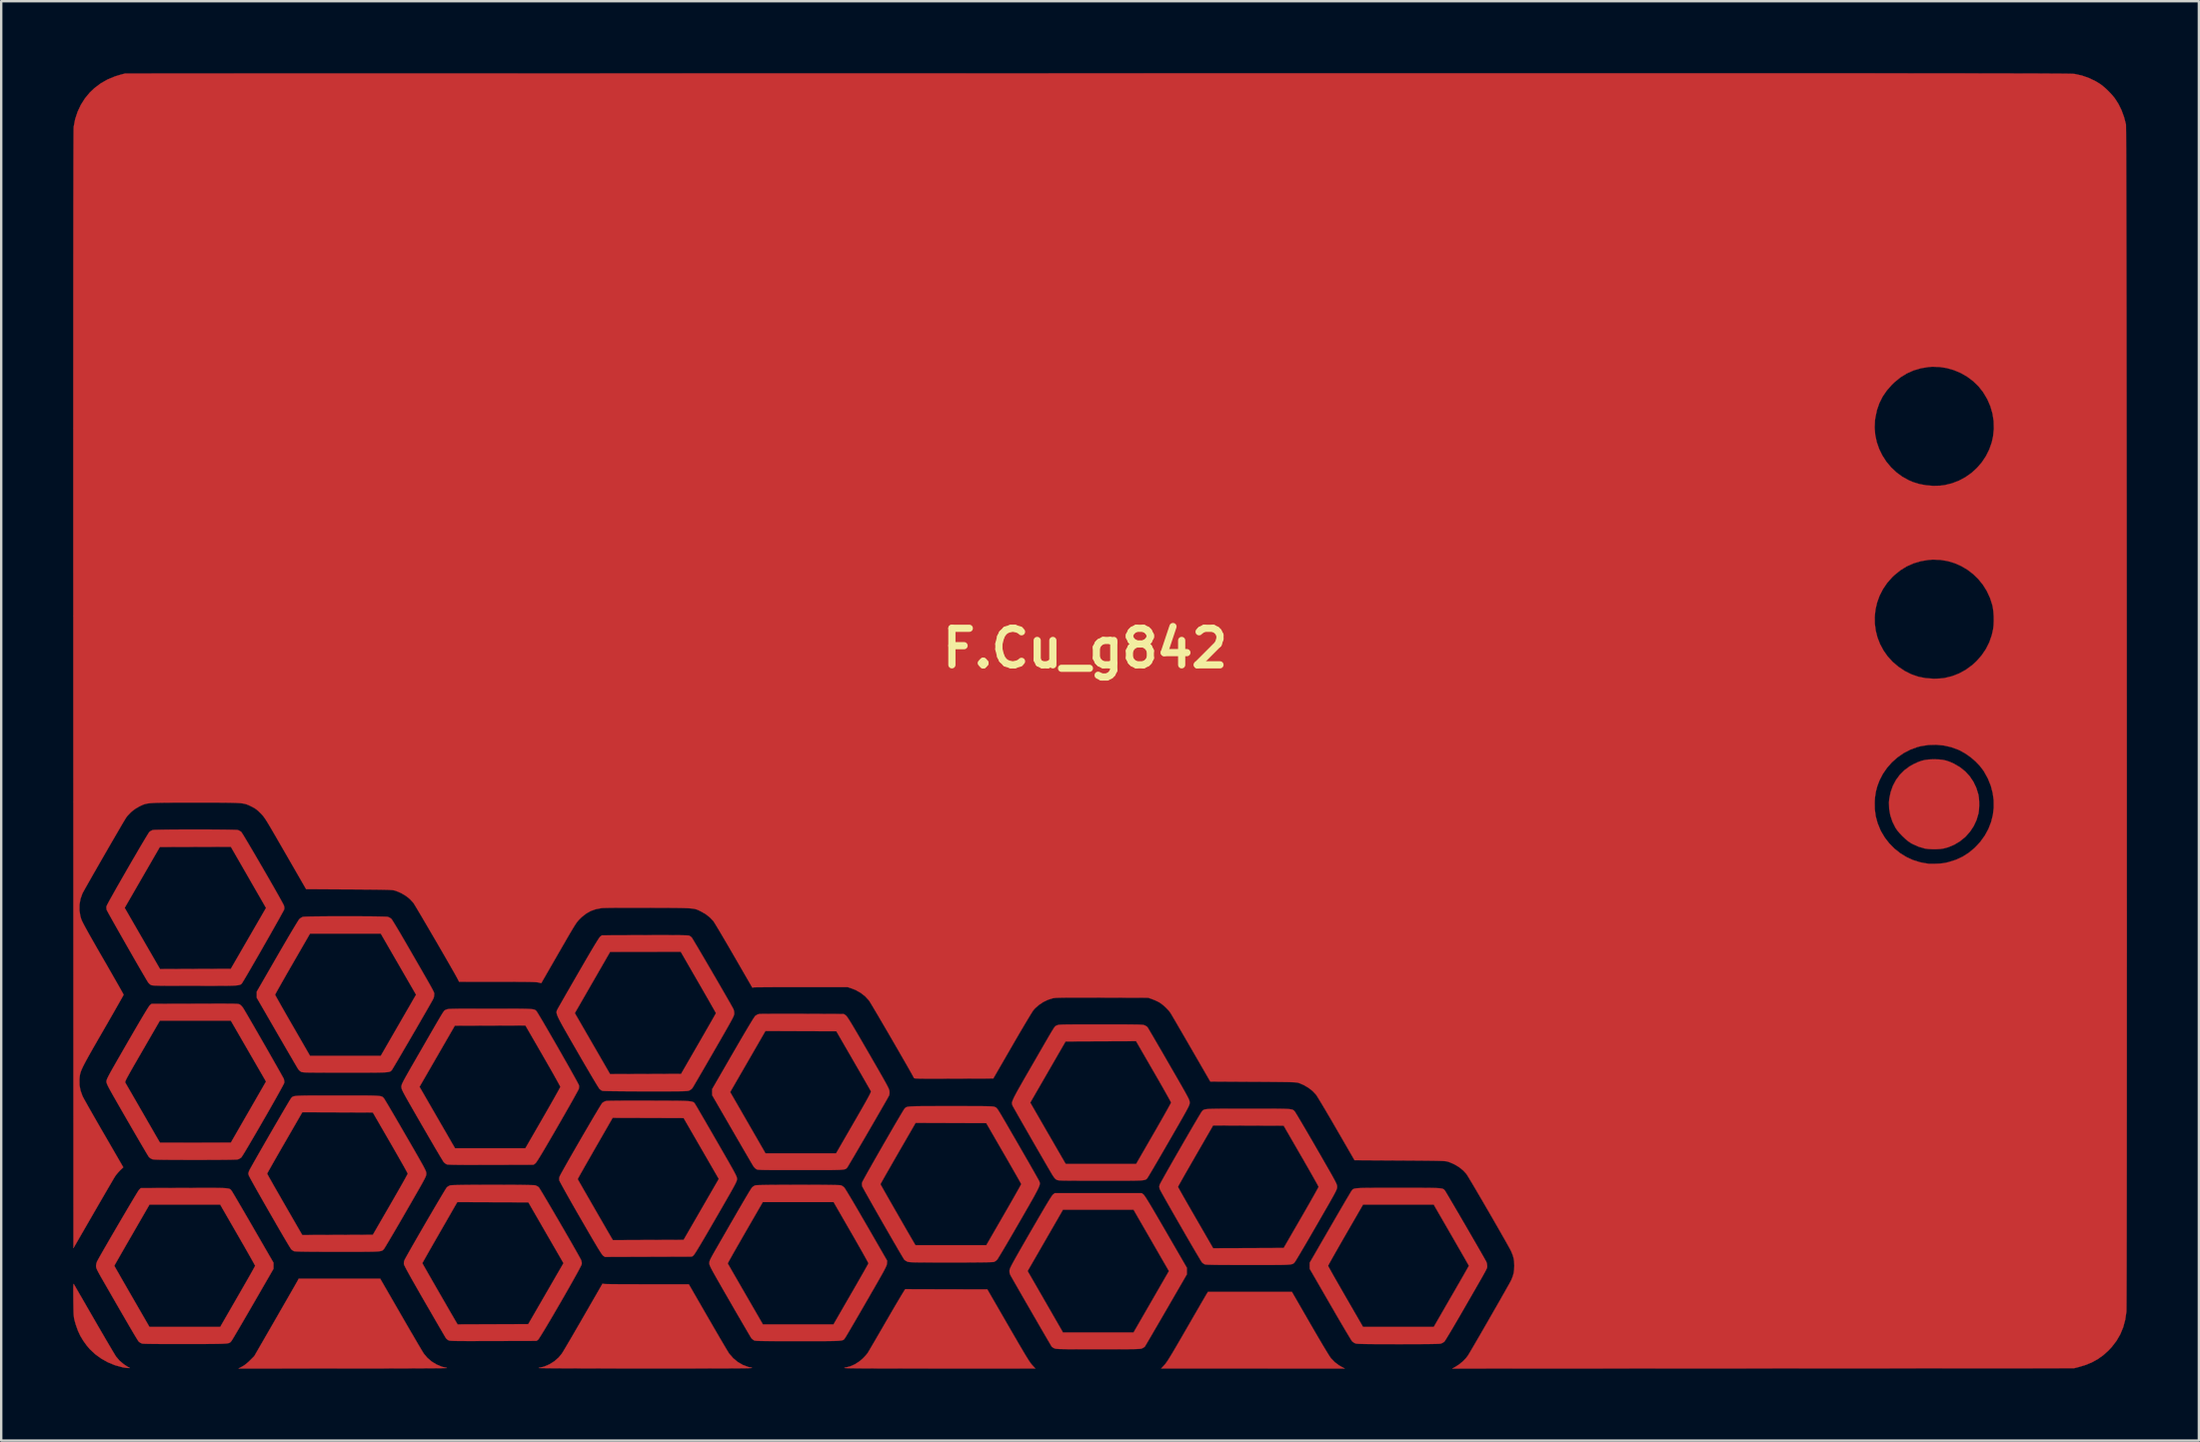
<source format=kicad_pcb>
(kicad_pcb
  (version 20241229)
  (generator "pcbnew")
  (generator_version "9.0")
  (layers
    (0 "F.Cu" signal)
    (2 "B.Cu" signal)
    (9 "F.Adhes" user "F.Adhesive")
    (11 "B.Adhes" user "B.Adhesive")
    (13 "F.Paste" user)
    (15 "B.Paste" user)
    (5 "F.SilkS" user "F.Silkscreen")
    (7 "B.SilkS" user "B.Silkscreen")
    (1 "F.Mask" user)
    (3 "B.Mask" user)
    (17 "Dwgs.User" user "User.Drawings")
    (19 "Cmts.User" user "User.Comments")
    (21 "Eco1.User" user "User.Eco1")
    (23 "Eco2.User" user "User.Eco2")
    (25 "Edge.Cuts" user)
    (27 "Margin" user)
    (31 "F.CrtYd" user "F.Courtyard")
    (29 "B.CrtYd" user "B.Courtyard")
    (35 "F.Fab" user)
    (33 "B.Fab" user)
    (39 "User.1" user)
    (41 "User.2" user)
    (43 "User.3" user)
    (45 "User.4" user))
  (footprint "F.Cu_g842"
    (layer "F.Cu")
    (at 42.187 23.984)
    (property "Reference" "F.Cu_g842" (at 0 0 0) (layer "F.SilkS") (effects (font (size 1.524 1.524) (thickness 0.3))))
    (attr through_hole)
    (fp_poly (pts (xy 8.625 26.84) (xy 9.387 28.162) (xy 9.526 28.402) (xy 9.658 28.629) (xy 9.781 28.838) (xy 9.893 29.029) (xy 9.994 29.197) (xy 10.081 29.34) (xy 10.152 29.456) (xy 10.207 29.541) (xy 10.243 29.594) (xy 10.251 29.604) (xy 10.41 29.768) (xy 10.583 29.899) (xy 10.688 29.96) (xy 10.827 30.034) (xy 6.999 30.035) (xy 3.171 30.035) (xy 3.305 29.89) (xy 3.334 29.857) (xy 3.366 29.816) (xy 3.403 29.764) (xy 3.447 29.7) (xy 3.498 29.619) (xy 3.559 29.521) (xy 3.632 29.401) (xy 3.717 29.258) (xy 3.816 29.089) (xy 3.931 28.891) (xy 4.064 28.662) (xy 4.216 28.398) (xy 4.232 28.372) (xy 4.361 28.148) (xy 4.484 27.934) (xy 4.601 27.732) (xy 4.709 27.546) (xy 4.806 27.377) (xy 4.891 27.231) (xy 4.963 27.108) (xy 5.018 27.013) (xy 5.055 26.949) (xy 5.073 26.919) (xy 5.123 26.839) (xy 8.625 26.84)) (stroke (width 0.01) (type solid)) (fill yes) (layer "F.Cu"))
    (fp_poly (pts (xy -28.521 27.787) (xy -28.386 28.021) (xy -28.255 28.248) (xy -28.13 28.463) (xy -28.012 28.664) (xy -27.905 28.848) (xy -27.809 29.012) (xy -27.726 29.152) (xy -27.658 29.266) (xy -27.607 29.351) (xy -27.574 29.403) (xy -27.567 29.414) (xy -27.418 29.591) (xy -27.238 29.744) (xy -27.034 29.868) (xy -26.813 29.96) (xy -26.601 30.012) (xy -26.61 30.014) (xy -26.66 30.016) (xy -26.749 30.018) (xy -26.876 30.02) (xy -27.04 30.021) (xy -27.239 30.023) (xy -27.472 30.024) (xy -27.737 30.026) (xy -28.033 30.027) (xy -28.359 30.028) (xy -28.713 30.029) (xy -29.094 30.03) (xy -29.5 30.031) (xy -29.93 30.032) (xy -30.383 30.032) (xy -30.856 30.032) (xy -30.893 30.032) (xy -35.295 30.034) (xy -35.147 29.956) (xy -35.023 29.878) (xy -34.89 29.767) (xy -34.818 29.698) (xy -34.637 29.517) (xy -33.746 27.972) (xy -33.61 27.735) (xy -33.48 27.508) (xy -33.356 27.293) (xy -33.241 27.094) (xy -33.137 26.912) (xy -33.045 26.751) (xy -32.966 26.614) (xy -32.903 26.503) (xy -32.856 26.421) (xy -32.828 26.371) (xy -32.821 26.358) (xy -32.786 26.289) (xy -29.385 26.289) (xy -28.521 27.787)) (stroke (width 0.01) (type solid)) (fill yes) (layer "F.Cu"))
    (fp_poly (pts (xy -42.161 26.511) (xy -42.146 26.536) (xy -42.112 26.594) (xy -42.061 26.684) (xy -41.993 26.801) (xy -41.911 26.944) (xy -41.815 27.108) (xy -41.709 27.292) (xy -41.594 27.493) (xy -41.47 27.707) (xy -41.341 27.931) (xy -41.311 27.982) (xy -41.179 28.212) (xy -41.05 28.433) (xy -40.928 28.643) (xy -40.814 28.839) (xy -40.709 29.017) (xy -40.616 29.175) (xy -40.537 29.309) (xy -40.472 29.417) (xy -40.425 29.494) (xy -40.397 29.538) (xy -40.394 29.542) (xy -40.254 29.706) (xy -40.077 29.855) (xy -39.952 29.938) (xy -39.825 30.014) (xy -39.91 30.013) (xy -39.975 30.007) (xy -40.062 29.995) (xy -40.143 29.979) (xy -40.448 29.895) (xy -40.741 29.774) (xy -41.015 29.621) (xy -41.266 29.439) (xy -41.489 29.23) (xy -41.612 29.087) (xy -41.764 28.878) (xy -41.888 28.672) (xy -41.989 28.455) (xy -42.074 28.216) (xy -42.117 28.067) (xy -42.132 28.01) (xy -42.144 27.958) (xy -42.153 27.906) (xy -42.16 27.847) (xy -42.166 27.776) (xy -42.17 27.688) (xy -42.173 27.576) (xy -42.175 27.437) (xy -42.178 27.263) (xy -42.179 27.167) (xy -42.18 26.972) (xy -42.181 26.815) (xy -42.181 26.695) (xy -42.179 26.607) (xy -42.176 26.548) (xy -42.171 26.516) (xy -42.165 26.507) (xy -42.161 26.511)) (stroke (width 0.01) (type solid)) (fill yes) (layer "F.Cu"))
    (fp_poly (pts (xy 35.593 4.635) (xy 35.757 4.652) (xy 35.907 4.685) (xy 36.057 4.737) (xy 36.22 4.81) (xy 36.229 4.815) (xy 36.475 4.959) (xy 36.693 5.133) (xy 36.88 5.335) (xy 37.034 5.564) (xy 37.155 5.816) (xy 37.24 6.088) (xy 37.242 6.097) (xy 37.264 6.233) (xy 37.276 6.394) (xy 37.277 6.566) (xy 37.268 6.731) (xy 37.249 6.876) (xy 37.244 6.897) (xy 37.166 7.161) (xy 37.049 7.411) (xy 36.897 7.643) (xy 36.712 7.852) (xy 36.685 7.877) (xy 36.469 8.052) (xy 36.233 8.193) (xy 35.984 8.297) (xy 35.788 8.349) (xy 35.654 8.368) (xy 35.494 8.378) (xy 35.326 8.378) (xy 35.164 8.37) (xy 35.025 8.352) (xy 34.999 8.347) (xy 34.751 8.274) (xy 34.501 8.162) (xy 34.428 8.122) (xy 34.321 8.05) (xy 34.202 7.951) (xy 34.079 7.836) (xy 33.963 7.714) (xy 33.862 7.593) (xy 33.787 7.484) (xy 33.785 7.481) (xy 33.659 7.228) (xy 33.572 6.965) (xy 33.524 6.695) (xy 33.516 6.424) (xy 33.528 6.283) (xy 33.585 6.001) (xy 33.678 5.738) (xy 33.806 5.496) (xy 33.967 5.277) (xy 34.159 5.085) (xy 34.381 4.921) (xy 34.555 4.824) (xy 34.722 4.747) (xy 34.873 4.692) (xy 35.021 4.657) (xy 35.179 4.637) (xy 35.362 4.63) (xy 35.401 4.63) (xy 35.593 4.635)) (stroke (width 0.01) (type solid)) (fill yes) (layer "F.Cu"))
    (fp_poly (pts (xy -7.47 26.725) (xy -7.407 26.726) (xy -7.308 26.726) (xy -7.176 26.727) (xy -7.014 26.727) (xy -6.827 26.728) (xy -6.616 26.729) (xy -6.386 26.729) (xy -6.139 26.73) (xy -5.878 26.73) (xy -5.773 26.731) (xy -4.075 26.734) (xy -3.207 28.238) (xy -3.045 28.518) (xy -2.902 28.764) (xy -2.778 28.979) (xy -2.669 29.163) (xy -2.576 29.321) (xy -2.497 29.454) (xy -2.429 29.565) (xy -2.372 29.656) (xy -2.324 29.73) (xy -2.283 29.789) (xy -2.249 29.836) (xy -2.219 29.873) (xy -2.205 29.889) (xy -2.071 30.035) (xy -6.121 30.034) (xy -6.614 30.033) (xy -7.066 30.033) (xy -7.479 30.033) (xy -7.855 30.032) (xy -8.194 30.032) (xy -8.499 30.031) (xy -8.771 30.03) (xy -9.011 30.029) (xy -9.222 30.028) (xy -9.405 30.027) (xy -9.561 30.025) (xy -9.691 30.024) (xy -9.799 30.022) (xy -9.884 30.02) (xy -9.949 30.018) (xy -9.995 30.016) (xy -10.023 30.013) (xy -10.036 30.01) (xy -10.035 30.007) (xy -10.022 30.004) (xy -9.793 29.944) (xy -9.589 29.855) (xy -9.401 29.731) (xy -9.281 29.629) (xy -9.205 29.553) (xy -9.131 29.471) (xy -9.073 29.399) (xy -9.056 29.375) (xy -9.034 29.338) (xy -8.992 29.268) (xy -8.933 29.167) (xy -8.859 29.04) (xy -8.771 28.89) (xy -8.672 28.719) (xy -8.563 28.532) (xy -8.446 28.331) (xy -8.324 28.119) (xy -8.251 27.994) (xy -8.128 27.781) (xy -8.011 27.58) (xy -7.902 27.393) (xy -7.801 27.223) (xy -7.712 27.073) (xy -7.636 26.946) (xy -7.574 26.845) (xy -7.529 26.773) (xy -7.502 26.733) (xy -7.495 26.725) (xy -7.47 26.725)) (stroke (width 0.01) (type solid)) (fill yes) (layer "F.Cu"))
    (fp_poly (pts (xy -20.045 26.509) (xy -20.013 26.511) (xy -19.941 26.513) (xy -19.834 26.515) (xy -19.695 26.516) (xy -19.526 26.518) (xy -19.332 26.519) (xy -19.116 26.52) (xy -18.88 26.521) (xy -18.628 26.521) (xy -18.365 26.522) (xy -18.245 26.522) (xy -16.52 26.522) (xy -15.718 27.914) (xy -15.587 28.139) (xy -15.462 28.356) (xy -15.342 28.562) (xy -15.231 28.752) (xy -15.13 28.925) (xy -15.04 29.077) (xy -14.965 29.204) (xy -14.904 29.304) (xy -14.862 29.374) (xy -14.838 29.411) (xy -14.837 29.411) (xy -14.67 29.604) (xy -14.478 29.763) (xy -14.264 29.887) (xy -14.03 29.973) (xy -13.896 30.004) (xy -13.884 30.007) (xy -13.886 30.01) (xy -13.902 30.013) (xy -13.935 30.015) (xy -13.985 30.018) (xy -14.055 30.02) (xy -14.145 30.022) (xy -14.257 30.023) (xy -14.393 30.025) (xy -14.553 30.026) (xy -14.74 30.027) (xy -14.955 30.028) (xy -15.199 30.029) (xy -15.475 30.029) (xy -15.782 30.03) (xy -16.123 30.03) (xy -16.499 30.031) (xy -16.912 30.031) (xy -17.364 30.031) (xy -17.854 30.031) (xy -18.32 30.031) (xy -18.802 30.031) (xy -19.264 30.031) (xy -19.704 30.03) (xy -20.12 30.03) (xy -20.512 30.029) (xy -20.878 30.028) (xy -21.216 30.027) (xy -21.525 30.026) (xy -21.803 30.025) (xy -22.05 30.023) (xy -22.263 30.022) (xy -22.442 30.02) (xy -22.585 30.018) (xy -22.69 30.017) (xy -22.756 30.015) (xy -22.782 30.013) (xy -22.78 30.012) (xy -22.55 29.954) (xy -22.33 29.859) (xy -22.128 29.732) (xy -21.951 29.578) (xy -21.815 29.414) (xy -21.79 29.374) (xy -21.745 29.302) (xy -21.684 29.199) (xy -21.607 29.068) (xy -21.516 28.914) (xy -21.413 28.739) (xy -21.301 28.546) (xy -21.181 28.339) (xy -21.054 28.121) (xy -20.924 27.894) (xy -20.922 27.891) (xy -20.119 26.497) (xy -20.045 26.509)) (stroke (width 0.01) (type solid)) (fill yes) (layer "F.Cu"))
    (fp_poly (pts (xy 2.436 22.778) (xy 2.455 22.798) (xy 2.485 22.838) (xy 2.526 22.898) (xy 2.579 22.981) (xy 2.645 23.088) (xy 2.726 23.221) (xy 2.822 23.383) (xy 2.934 23.574) (xy 3.064 23.797) (xy 3.213 24.053) (xy 3.376 24.334) (xy 4.244 25.834) (xy 4.243 25.971) (xy 4.243 26.109) (xy 3.379 27.601) (xy 3.245 27.833) (xy 3.117 28.053) (xy 2.996 28.261) (xy 2.884 28.453) (xy 2.783 28.627) (xy 2.694 28.779) (xy 2.619 28.907) (xy 2.56 29.008) (xy 2.518 29.079) (xy 2.494 29.117) (xy 2.49 29.123) (xy 2.456 29.15) (xy 2.401 29.182) (xy 2.381 29.192) (xy 2.364 29.199) (xy 2.344 29.205) (xy 2.316 29.21) (xy 2.28 29.214) (xy 2.232 29.218) (xy 2.169 29.221) (xy 2.088 29.224) (xy 1.986 29.226) (xy 1.862 29.227) (xy 1.711 29.228) (xy 1.531 29.229) (xy 1.32 29.23) (xy 1.074 29.23) (xy 0.79 29.23) (xy 0.55 29.23) (xy 0.237 29.23) (xy -0.037 29.23) (xy -0.274 29.23) (xy -0.478 29.229) (xy -0.65 29.228) (xy -0.794 29.227) (xy -0.913 29.225) (xy -1.009 29.223) (xy -1.085 29.221) (xy -1.144 29.217) (xy -1.19 29.213) (xy -1.223 29.209) (xy -1.248 29.203) (xy -1.268 29.197) (xy -1.281 29.192) (xy -1.339 29.161) (xy -1.381 29.131) (xy -1.389 29.123) (xy -1.403 29.101) (xy -1.437 29.044) (xy -1.487 28.958) (xy -1.553 28.846) (xy -1.632 28.71) (xy -1.723 28.554) (xy -1.823 28.382) (xy -1.93 28.197) (xy -2.042 28.002) (xy -2.159 27.801) (xy -2.276 27.597) (xy -2.394 27.394) (xy -2.509 27.194) (xy -2.62 27.002) (xy -2.724 26.82) (xy -2.82 26.652) (xy -2.906 26.502) (xy -2.98 26.373) (xy -3.04 26.267) (xy -3.084 26.19) (xy -3.11 26.143) (xy -3.115 26.134) (xy -3.145 26.054) (xy -3.151 25.969) (xy -2.395 25.969) (xy -0.921 28.531) (xy 0.55 28.531) (xy 2.021 28.531) (xy 2.759 27.251) (xy 3.497 25.97) (xy 3.299 25.627) (xy 3.248 25.538) (xy 3.178 25.418) (xy 3.094 25.272) (xy 2.998 25.105) (xy 2.893 24.923) (xy 2.783 24.731) (xy 2.669 24.534) (xy 2.561 24.347) (xy 2.021 23.411) (xy 0.55 23.411) (xy -0.921 23.411) (xy -1.658 24.69) (xy -2.395 25.969) (xy -3.151 25.969) (xy -3.151 25.967) (xy -3.149 25.941) (xy -3.145 25.919) (xy -3.138 25.891) (xy -3.125 25.856) (xy -3.105 25.811) (xy -3.076 25.753) (xy -3.039 25.68) (xy -2.99 25.59) (xy -2.929 25.48) (xy -2.855 25.347) (xy -2.765 25.19) (xy -2.66 25.005) (xy -2.537 24.791) (xy -2.395 24.544) (xy -2.274 24.334) (xy -2.105 24.044) (xy -1.957 23.788) (xy -1.827 23.566) (xy -1.715 23.375) (xy -1.62 23.215) (xy -1.54 23.082) (xy -1.474 22.976) (xy -1.422 22.894) (xy -1.382 22.834) (xy -1.353 22.796) (xy -1.335 22.778) (xy -1.263 22.722) (xy 2.363 22.722) (xy 2.436 22.778)) (stroke (width 0.01) (type solid)) (fill yes) (layer "F.Cu"))
    (fp_poly (pts (xy -12.402 15.243) (xy -12.15 15.243) (xy -11.886 15.244) (xy -11.778 15.244) (xy -10.061 15.251) (xy -9.982 15.303) (xy -9.965 15.317) (xy -9.944 15.34) (xy -9.918 15.374) (xy -9.885 15.421) (xy -9.844 15.484) (xy -9.793 15.564) (xy -9.731 15.665) (xy -9.657 15.789) (xy -9.569 15.938) (xy -9.466 16.114) (xy -9.346 16.319) (xy -9.209 16.556) (xy -9.051 16.828) (xy -9.033 16.859) (xy -8.877 17.13) (xy -8.74 17.367) (xy -8.622 17.572) (xy -8.521 17.748) (xy -8.436 17.898) (xy -8.365 18.024) (xy -8.307 18.128) (xy -8.261 18.213) (xy -8.226 18.282) (xy -8.199 18.337) (xy -8.18 18.38) (xy -8.168 18.415) (xy -8.16 18.443) (xy -8.156 18.467) (xy -8.154 18.481) (xy -8.153 18.57) (xy -8.165 18.637) (xy -8.171 18.65) (xy -8.197 18.697) (xy -8.24 18.775) (xy -8.3 18.881) (xy -8.374 19.01) (xy -8.461 19.161) (xy -8.558 19.329) (xy -8.663 19.511) (xy -8.774 19.704) (xy -8.89 19.904) (xy -9.008 20.108) (xy -9.127 20.313) (xy -9.245 20.515) (xy -9.359 20.71) (xy -9.468 20.897) (xy -9.569 21.07) (xy -9.661 21.227) (xy -9.742 21.364) (xy -9.81 21.479) (xy -9.862 21.567) (xy -9.897 21.625) (xy -9.914 21.65) (xy -9.914 21.65) (xy -9.931 21.669) (xy -9.946 21.686) (xy -9.964 21.7) (xy -9.985 21.713) (xy -10.014 21.723) (xy -10.053 21.732) (xy -10.104 21.739) (xy -10.17 21.745) (xy -10.255 21.75) (xy -10.36 21.753) (xy -10.489 21.756) (xy -10.644 21.758) (xy -10.828 21.759) (xy -11.044 21.759) (xy -11.295 21.759) (xy -11.583 21.759) (xy -11.858 21.759) (xy -12.174 21.759) (xy -12.45 21.759) (xy -12.69 21.759) (xy -12.896 21.758) (xy -13.071 21.758) (xy -13.217 21.756) (xy -13.337 21.755) (xy -13.434 21.753) (xy -13.511 21.75) (xy -13.571 21.747) (xy -13.616 21.744) (xy -13.649 21.739) (xy -13.673 21.734) (xy -13.69 21.728) (xy -13.704 21.721) (xy -13.71 21.718) (xy -13.766 21.672) (xy -13.819 21.612) (xy -13.83 21.596) (xy -13.848 21.565) (xy -13.887 21.501) (xy -13.942 21.406) (xy -14.014 21.283) (xy -14.1 21.135) (xy -14.199 20.966) (xy -14.308 20.778) (xy -14.426 20.574) (xy -14.552 20.357) (xy -14.683 20.13) (xy -14.714 20.077) (xy -15.546 18.637) (xy -15.547 18.51) (xy -15.547 18.506) (xy -14.796 18.506) (xy -14.06 19.783) (xy -13.324 21.06) (xy -11.852 21.06) (xy -10.38 21.061) (xy -9.644 19.787) (xy -9.498 19.534) (xy -9.373 19.316) (xy -9.266 19.13) (xy -9.177 18.972) (xy -9.104 18.842) (xy -9.045 18.735) (xy -9 18.65) (xy -8.967 18.585) (xy -8.945 18.537) (xy -8.932 18.503) (xy -8.927 18.481) (xy -8.929 18.469) (xy -8.943 18.444) (xy -8.976 18.385) (xy -9.027 18.296) (xy -9.094 18.179) (xy -9.174 18.039) (xy -9.267 17.877) (xy -9.37 17.698) (xy -9.482 17.504) (xy -9.601 17.299) (xy -9.659 17.198) (xy -10.369 15.97) (xy -11.848 15.965) (xy -13.326 15.959) (xy -14.796 18.506) (xy -15.547 18.506) (xy -15.547 18.383) (xy -14.683 16.886) (xy -14.497 16.566) (xy -14.332 16.282) (xy -14.187 16.035) (xy -14.062 15.825) (xy -13.958 15.651) (xy -13.874 15.514) (xy -13.81 15.414) (xy -13.767 15.351) (xy -13.747 15.327) (xy -13.655 15.27) (xy -13.585 15.251) (xy -13.55 15.249) (xy -13.476 15.247) (xy -13.366 15.246) (xy -13.224 15.245) (xy -13.054 15.244) (xy -12.858 15.243) (xy -12.639 15.243) (xy -12.402 15.243)) (stroke (width 0.01) (type solid)) (fill yes) (layer "F.Cu"))
    (fp_poly (pts (xy -36.302 22.503) (xy -36.148 22.504) (xy -36.019 22.507) (xy -35.915 22.51) (xy -35.831 22.515) (xy -35.765 22.522) (xy -35.714 22.53) (xy -35.676 22.54) (xy -35.648 22.552) (xy -35.627 22.567) (xy -35.61 22.584) (xy -35.595 22.603) (xy -35.58 22.625) (xy -35.575 22.632) (xy -35.556 22.661) (xy -35.518 22.724) (xy -35.463 22.817) (xy -35.391 22.939) (xy -35.305 23.085) (xy -35.207 23.253) (xy -35.097 23.441) (xy -34.979 23.644) (xy -34.853 23.861) (xy -34.721 24.089) (xy -34.679 24.162) (xy -33.835 25.622) (xy -33.835 25.876) (xy -34.69 27.358) (xy -34.824 27.589) (xy -34.952 27.81) (xy -35.074 28.019) (xy -35.186 28.212) (xy -35.288 28.386) (xy -35.379 28.54) (xy -35.455 28.669) (xy -35.516 28.771) (xy -35.56 28.843) (xy -35.586 28.883) (xy -35.59 28.889) (xy -35.608 28.91) (xy -35.625 28.929) (xy -35.642 28.945) (xy -35.663 28.958) (xy -35.691 28.97) (xy -35.729 28.98) (xy -35.779 28.988) (xy -35.843 28.994) (xy -35.926 28.999) (xy -36.029 29.003) (xy -36.155 29.006) (xy -36.307 29.008) (xy -36.489 29.01) (xy -36.702 29.011) (xy -36.949 29.011) (xy -37.234 29.012) (xy -37.497 29.012) (xy -37.847 29.013) (xy -38.162 29.013) (xy -38.441 29.012) (xy -38.683 29.01) (xy -38.887 29.008) (xy -39.053 29.006) (xy -39.179 29.003) (xy -39.265 28.999) (xy -39.309 28.995) (xy -39.312 28.994) (xy -39.383 28.963) (xy -39.446 28.918) (xy -39.45 28.914) (xy -39.465 28.896) (xy -39.488 28.862) (xy -39.521 28.81) (xy -39.565 28.739) (xy -39.62 28.648) (xy -39.688 28.534) (xy -39.769 28.396) (xy -39.864 28.234) (xy -39.974 28.044) (xy -40.1 27.827) (xy -40.243 27.58) (xy -40.404 27.301) (xy -40.583 26.99) (xy -40.782 26.644) (xy -40.93 26.387) (xy -41.019 26.232) (xy -41.088 26.109) (xy -41.141 26.012) (xy -41.179 25.938) (xy -41.205 25.882) (xy -41.221 25.838) (xy -41.23 25.802) (xy -41.232 25.769) (xy -41.233 25.756) (xy -41.232 25.749) (xy -40.471 25.749) (xy -40.46 25.769) (xy -40.431 25.823) (xy -40.383 25.907) (xy -40.319 26.019) (xy -40.241 26.156) (xy -40.151 26.314) (xy -40.049 26.491) (xy -39.938 26.684) (xy -39.82 26.89) (xy -39.738 27.031) (xy -39.006 28.3) (xy -37.532 28.3) (xy -36.057 28.3) (xy -35.329 27.037) (xy -35.207 26.825) (xy -35.091 26.623) (xy -34.983 26.435) (xy -34.885 26.264) (xy -34.799 26.112) (xy -34.726 25.982) (xy -34.668 25.878) (xy -34.627 25.803) (xy -34.605 25.76) (xy -34.6 25.75) (xy -34.611 25.728) (xy -34.641 25.672) (xy -34.688 25.586) (xy -34.752 25.472) (xy -34.83 25.334) (xy -34.921 25.174) (xy -35.022 24.996) (xy -35.133 24.802) (xy -35.252 24.596) (xy -35.329 24.462) (xy -36.057 23.199) (xy -39.005 23.199) (xy -39.738 24.468) (xy -39.86 24.68) (xy -39.977 24.882) (xy -40.085 25.07) (xy -40.183 25.241) (xy -40.269 25.392) (xy -40.343 25.521) (xy -40.401 25.623) (xy -40.443 25.698) (xy -40.466 25.74) (xy -40.471 25.749) (xy -41.232 25.749) (xy -41.222 25.665) (xy -41.196 25.581) (xy -41.192 25.574) (xy -41.159 25.511) (xy -41.108 25.419) (xy -41.041 25.3) (xy -40.961 25.159) (xy -40.869 24.999) (xy -40.767 24.823) (xy -40.658 24.634) (xy -40.543 24.436) (xy -40.424 24.232) (xy -40.304 24.026) (xy -40.184 23.822) (xy -40.066 23.621) (xy -39.953 23.429) (xy -39.846 23.248) (xy -39.747 23.082) (xy -39.659 22.934) (xy -39.583 22.808) (xy -39.521 22.706) (xy -39.475 22.633) (xy -39.448 22.592) (xy -39.442 22.585) (xy -39.369 22.511) (xy -37.56 22.505) (xy -37.234 22.504) (xy -36.948 22.503) (xy -36.7 22.503) (xy -36.485 22.502) (xy -36.302 22.503)) (stroke (width 0.01) (type solid)) (fill yes) (layer "F.Cu"))
    (fp_poly (pts (xy -18.647 18.863) (xy -18.302 18.864) (xy -18.167 18.864) (xy -17.847 18.865) (xy -17.567 18.866) (xy -17.324 18.867) (xy -17.115 18.868) (xy -16.937 18.87) (xy -16.787 18.873) (xy -16.664 18.877) (xy -16.563 18.883) (xy -16.482 18.89) (xy -16.419 18.899) (xy -16.371 18.911) (xy -16.334 18.925) (xy -16.307 18.942) (xy -16.286 18.962) (xy -16.269 18.986) (xy -16.253 19.013) (xy -16.234 19.044) (xy -16.227 19.056) (xy -16.205 19.092) (xy -16.164 19.161) (xy -16.106 19.261) (xy -16.032 19.389) (xy -15.944 19.54) (xy -15.843 19.713) (xy -15.733 19.904) (xy -15.613 20.111) (xy -15.487 20.329) (xy -15.356 20.557) (xy -15.334 20.594) (xy -15.183 20.857) (xy -15.051 21.086) (xy -14.938 21.283) (xy -14.841 21.452) (xy -14.761 21.594) (xy -14.694 21.713) (xy -14.641 21.81) (xy -14.599 21.889) (xy -14.567 21.951) (xy -14.544 22.001) (xy -14.528 22.04) (xy -14.519 22.07) (xy -14.513 22.095) (xy -14.512 22.116) (xy -14.511 22.128) (xy -14.512 22.149) (xy -14.515 22.171) (xy -14.522 22.197) (xy -14.534 22.23) (xy -14.552 22.271) (xy -14.577 22.325) (xy -14.612 22.392) (xy -14.657 22.476) (xy -14.714 22.579) (xy -14.784 22.704) (xy -14.869 22.852) (xy -14.969 23.027) (xy -15.086 23.231) (xy -15.222 23.467) (xy -15.377 23.736) (xy -15.389 23.756) (xy -15.565 24.06) (xy -15.72 24.328) (xy -15.857 24.562) (xy -15.974 24.761) (xy -16.074 24.929) (xy -16.157 25.065) (xy -16.223 25.172) (xy -16.274 25.249) (xy -16.309 25.299) (xy -16.33 25.322) (xy -16.33 25.323) (xy -16.394 25.368) (xy -18.205 25.374) (xy -20.016 25.38) (xy -20.089 25.331) (xy -20.106 25.316) (xy -20.129 25.288) (xy -20.16 25.245) (xy -20.2 25.185) (xy -20.25 25.106) (xy -20.312 25.006) (xy -20.386 24.882) (xy -20.475 24.733) (xy -20.579 24.555) (xy -20.7 24.348) (xy -20.838 24.109) (xy -20.996 23.836) (xy -21.034 23.771) (xy -21.169 23.537) (xy -21.298 23.312) (xy -21.419 23.1) (xy -21.53 22.903) (xy -21.631 22.723) (xy -21.72 22.564) (xy -21.794 22.429) (xy -21.853 22.321) (xy -21.895 22.241) (xy -21.917 22.195) (xy -21.921 22.184) (xy -21.921 22.136) (xy -21.153 22.136) (xy -21.142 22.156) (xy -21.112 22.209) (xy -21.065 22.292) (xy -21.003 22.4) (xy -20.929 22.53) (xy -20.844 22.678) (xy -20.75 22.841) (xy -20.65 23.015) (xy -20.545 23.197) (xy -20.439 23.382) (xy -20.332 23.568) (xy -20.227 23.749) (xy -20.126 23.924) (xy -20.032 24.087) (xy -19.946 24.236) (xy -19.87 24.367) (xy -19.806 24.476) (xy -19.758 24.559) (xy -19.726 24.614) (xy -19.714 24.633) (xy -19.684 24.681) (xy -18.211 24.675) (xy -16.738 24.67) (xy -16.004 23.399) (xy -15.27 22.128) (xy -16.736 19.59) (xy -18.216 19.585) (xy -19.696 19.581) (xy -20.426 20.851) (xy -20.548 21.064) (xy -20.663 21.266) (xy -20.771 21.454) (xy -20.868 21.625) (xy -20.954 21.777) (xy -21.027 21.906) (xy -21.085 22.009) (xy -21.126 22.084) (xy -21.148 22.127) (xy -21.153 22.136) (xy -21.921 22.136) (xy -21.922 22.093) (xy -21.905 22.024) (xy -21.887 21.987) (xy -21.851 21.918) (xy -21.797 21.82) (xy -21.728 21.696) (xy -21.646 21.55) (xy -21.553 21.385) (xy -21.45 21.205) (xy -21.34 21.013) (xy -21.224 20.812) (xy -21.105 20.606) (xy -20.985 20.398) (xy -20.865 20.191) (xy -20.747 19.99) (xy -20.635 19.797) (xy -20.528 19.616) (xy -20.43 19.45) (xy -20.342 19.303) (xy -20.267 19.177) (xy -20.205 19.077) (xy -20.16 19.006) (xy -20.134 18.967) (xy -20.129 18.961) (xy -20.066 18.917) (xy -19.992 18.884) (xy -19.983 18.881) (xy -19.947 18.876) (xy -19.875 18.872) (xy -19.766 18.869) (xy -19.62 18.867) (xy -19.436 18.865) (xy -19.213 18.864) (xy -18.95 18.863) (xy -18.647 18.863)) (stroke (width 0.01) (type solid)) (fill yes) (layer "F.Cu"))
    (fp_poly (pts (xy -17.408 11.963) (xy -17.172 11.964) (xy -16.974 11.965) (xy -16.812 11.967) (xy -16.686 11.97) (xy -16.593 11.973) (xy -16.534 11.977) (xy -16.507 11.982) (xy -16.454 12.013) (xy -16.4 12.059) (xy -16.398 12.061) (xy -16.382 12.086) (xy -16.346 12.143) (xy -16.294 12.231) (xy -16.226 12.345) (xy -16.144 12.482) (xy -16.052 12.639) (xy -15.95 12.812) (xy -15.841 12.998) (xy -15.727 13.194) (xy -15.609 13.395) (xy -15.49 13.6) (xy -15.371 13.804) (xy -15.255 14.004) (xy -15.144 14.196) (xy -15.039 14.378) (xy -14.943 14.545) (xy -14.857 14.695) (xy -14.783 14.824) (xy -14.724 14.929) (xy -14.682 15.005) (xy -14.661 15.044) (xy -14.64 15.106) (xy -14.628 15.185) (xy -14.626 15.221) (xy -14.627 15.242) (xy -14.63 15.264) (xy -14.636 15.29) (xy -14.647 15.322) (xy -14.664 15.363) (xy -14.689 15.415) (xy -14.723 15.481) (xy -14.767 15.563) (xy -14.823 15.664) (xy -14.892 15.787) (xy -14.975 15.933) (xy -15.074 16.106) (xy -15.19 16.309) (xy -15.325 16.542) (xy -15.476 16.804) (xy -15.609 17.035) (xy -15.737 17.256) (xy -15.858 17.465) (xy -15.97 17.658) (xy -16.072 17.833) (xy -16.161 17.987) (xy -16.237 18.116) (xy -16.297 18.219) (xy -16.34 18.292) (xy -16.365 18.332) (xy -16.368 18.338) (xy -16.415 18.386) (xy -16.479 18.429) (xy -16.497 18.438) (xy -16.515 18.445) (xy -16.535 18.451) (xy -16.561 18.457) (xy -16.596 18.461) (xy -16.642 18.465) (xy -16.703 18.468) (xy -16.781 18.471) (xy -16.879 18.473) (xy -17.001 18.474) (xy -17.147 18.475) (xy -17.323 18.476) (xy -17.529 18.476) (xy -17.77 18.476) (xy -18.048 18.476) (xy -18.32 18.476) (xy -18.589 18.476) (xy -18.846 18.475) (xy -19.089 18.474) (xy -19.315 18.472) (xy -19.519 18.47) (xy -19.699 18.468) (xy -19.851 18.466) (xy -19.973 18.463) (xy -20.06 18.46) (xy -20.11 18.457) (xy -20.119 18.456) (xy -20.175 18.429) (xy -20.234 18.383) (xy -20.249 18.368) (xy -20.269 18.339) (xy -20.309 18.276) (xy -20.367 18.183) (xy -20.44 18.061) (xy -20.528 17.914) (xy -20.628 17.745) (xy -20.738 17.557) (xy -20.858 17.353) (xy -20.985 17.135) (xy -21.117 16.906) (xy -21.167 16.819) (xy -21.327 16.542) (xy -21.468 16.298) (xy -21.589 16.086) (xy -21.693 15.904) (xy -21.781 15.748) (xy -21.853 15.616) (xy -21.912 15.505) (xy -21.957 15.414) (xy -21.991 15.339) (xy -22.014 15.278) (xy -22.028 15.228) (xy -22.03 15.214) (xy -21.272 15.214) (xy -20.537 16.487) (xy -19.802 17.759) (xy -18.322 17.754) (xy -16.843 17.748) (xy -16.116 16.489) (xy -15.994 16.277) (xy -15.878 16.076) (xy -15.771 15.889) (xy -15.673 15.719) (xy -15.587 15.568) (xy -15.514 15.44) (xy -15.456 15.338) (xy -15.415 15.265) (xy -15.393 15.224) (xy -15.388 15.215) (xy -15.399 15.195) (xy -15.428 15.141) (xy -15.476 15.056) (xy -15.54 14.944) (xy -15.618 14.807) (xy -15.708 14.648) (xy -15.81 14.471) (xy -15.921 14.278) (xy -16.039 14.072) (xy -16.122 13.929) (xy -16.855 12.658) (xy -19.801 12.659) (xy -20.537 13.937) (xy -21.272 15.214) (xy -22.03 15.214) (xy -22.034 15.187) (xy -22.033 15.153) (xy -22.026 15.122) (xy -22.014 15.092) (xy -21.998 15.062) (xy -21.986 15.038) (xy -21.967 15.003) (xy -21.928 14.934) (xy -21.872 14.836) (xy -21.8 14.709) (xy -21.713 14.558) (xy -21.615 14.386) (xy -21.505 14.196) (xy -21.387 13.99) (xy -21.261 13.772) (xy -21.13 13.545) (xy -21.106 13.504) (xy -20.937 13.212) (xy -20.788 12.955) (xy -20.658 12.733) (xy -20.546 12.543) (xy -20.451 12.385) (xy -20.373 12.258) (xy -20.311 12.159) (xy -20.264 12.087) (xy -20.23 12.042) (xy -20.213 12.023) (xy -20.144 11.97) (xy -18.353 11.964) (xy -17.997 11.963) (xy -17.683 11.963) (xy -17.408 11.963)) (stroke (width 0.01) (type solid)) (fill yes) (layer "F.Cu"))
    (fp_poly (pts (xy -30.509 11.176) (xy -30.275 11.176) (xy -30.05 11.178) (xy -29.839 11.179) (xy -29.645 11.181) (xy -29.473 11.184) (xy -29.326 11.187) (xy -29.209 11.19) (xy -29.125 11.194) (xy -29.078 11.198) (xy -29.073 11.199) (xy -29 11.228) (xy -28.933 11.271) (xy -28.921 11.282) (xy -28.899 11.311) (xy -28.859 11.373) (xy -28.802 11.465) (xy -28.73 11.583) (xy -28.645 11.725) (xy -28.55 11.885) (xy -28.447 12.062) (xy -28.337 12.251) (xy -28.247 12.406) (xy -28.069 12.714) (xy -27.912 12.987) (xy -27.772 13.229) (xy -27.651 13.439) (xy -27.546 13.622) (xy -27.456 13.779) (xy -27.38 13.912) (xy -27.317 14.024) (xy -27.266 14.115) (xy -27.225 14.19) (xy -27.193 14.249) (xy -27.17 14.296) (xy -27.154 14.331) (xy -27.143 14.358) (xy -27.137 14.378) (xy -27.134 14.394) (xy -27.134 14.408) (xy -27.135 14.421) (xy -27.136 14.437) (xy -27.136 14.44) (xy -27.143 14.518) (xy -27.162 14.591) (xy -27.171 14.611) (xy -27.196 14.658) (xy -27.239 14.736) (xy -27.299 14.841) (xy -27.373 14.971) (xy -27.459 15.121) (xy -27.556 15.289) (xy -27.661 15.471) (xy -27.772 15.663) (xy -27.887 15.863) (xy -28.006 16.066) (xy -28.124 16.27) (xy -28.241 16.471) (xy -28.355 16.665) (xy -28.463 16.85) (xy -28.563 17.022) (xy -28.654 17.177) (xy -28.734 17.312) (xy -28.801 17.424) (xy -28.852 17.51) (xy -28.885 17.565) (xy -28.9 17.586) (xy -28.917 17.605) (xy -28.933 17.622) (xy -28.95 17.636) (xy -28.972 17.649) (xy -29.001 17.659) (xy -29.039 17.668) (xy -29.091 17.675) (xy -29.157 17.681) (xy -29.241 17.686) (xy -29.347 17.689) (xy -29.475 17.692) (xy -29.63 17.694) (xy -29.814 17.695) (xy -30.03 17.695) (xy -30.281 17.695) (xy -30.568 17.695) (xy -30.844 17.695) (xy -31.161 17.695) (xy -31.437 17.695) (xy -31.677 17.695) (xy -31.883 17.694) (xy -32.058 17.693) (xy -32.204 17.692) (xy -32.325 17.691) (xy -32.422 17.689) (xy -32.499 17.686) (xy -32.559 17.683) (xy -32.604 17.679) (xy -32.637 17.675) (xy -32.66 17.67) (xy -32.678 17.664) (xy -32.691 17.657) (xy -32.694 17.655) (xy -32.753 17.609) (xy -32.802 17.555) (xy -32.82 17.527) (xy -32.856 17.466) (xy -32.91 17.374) (xy -32.981 17.254) (xy -33.065 17.108) (xy -33.163 16.941) (xy -33.271 16.755) (xy -33.389 16.552) (xy -33.514 16.336) (xy -33.646 16.109) (xy -33.689 16.034) (xy -34.533 14.573) (xy -34.533 14.446) (xy -33.768 14.446) (xy -33.758 14.468) (xy -33.728 14.524) (xy -33.68 14.61) (xy -33.616 14.724) (xy -33.538 14.863) (xy -33.447 15.023) (xy -33.346 15.201) (xy -33.235 15.395) (xy -33.116 15.601) (xy -33.039 15.734) (xy -32.311 16.997) (xy -30.837 16.997) (xy -29.364 16.997) (xy -28.665 15.785) (xy -28.544 15.576) (xy -28.429 15.376) (xy -28.321 15.189) (xy -28.222 15.018) (xy -28.134 14.866) (xy -28.06 14.737) (xy -28 14.633) (xy -27.957 14.559) (xy -27.932 14.516) (xy -27.928 14.509) (xy -27.891 14.445) (xy -28.628 13.17) (xy -29.364 11.896) (xy -32.311 11.896) (xy -33.04 13.158) (xy -33.162 13.37) (xy -33.278 13.571) (xy -33.385 13.76) (xy -33.483 13.931) (xy -33.569 14.084) (xy -33.642 14.213) (xy -33.7 14.317) (xy -33.741 14.392) (xy -33.764 14.436) (xy -33.768 14.446) (xy -34.533 14.446) (xy -34.533 14.319) (xy -33.679 12.838) (xy -33.538 12.594) (xy -33.404 12.364) (xy -33.278 12.149) (xy -33.162 11.951) (xy -33.057 11.774) (xy -32.965 11.621) (xy -32.887 11.493) (xy -32.826 11.394) (xy -32.782 11.325) (xy -32.757 11.291) (xy -32.755 11.289) (xy -32.692 11.24) (xy -32.621 11.204) (xy -32.604 11.199) (xy -32.567 11.195) (xy -32.492 11.191) (xy -32.383 11.187) (xy -32.243 11.184) (xy -32.077 11.182) (xy -31.888 11.18) (xy -31.681 11.178) (xy -31.46 11.176) (xy -31.228 11.176) (xy -30.989 11.175) (xy -30.748 11.175) (xy -30.509 11.176)) (stroke (width 0.01) (type solid)) (fill yes) (layer "F.Cu"))
    (fp_poly (pts (xy -24.371 22.373) (xy -24.137 22.374) (xy -23.911 22.375) (xy -23.699 22.376) (xy -23.504 22.378) (xy -23.33 22.381) (xy -23.181 22.384) (xy -23.061 22.387) (xy -22.975 22.39) (xy -22.925 22.394) (xy -22.917 22.396) (xy -22.845 22.427) (xy -22.78 22.471) (xy -22.776 22.475) (xy -22.758 22.5) (xy -22.72 22.559) (xy -22.666 22.648) (xy -22.596 22.763) (xy -22.514 22.902) (xy -22.42 23.06) (xy -22.317 23.235) (xy -22.206 23.423) (xy -22.091 23.621) (xy -21.972 23.824) (xy -21.852 24.031) (xy -21.732 24.237) (xy -21.615 24.44) (xy -21.502 24.635) (xy -21.396 24.82) (xy -21.299 24.99) (xy -21.212 25.144) (xy -21.137 25.276) (xy -21.077 25.384) (xy -21.033 25.465) (xy -21.008 25.515) (xy -21.004 25.523) (xy -20.982 25.629) (xy -20.986 25.684) (xy -20.999 25.719) (xy -21.032 25.786) (xy -21.082 25.883) (xy -21.148 26.006) (xy -21.228 26.151) (xy -21.32 26.316) (xy -21.422 26.497) (xy -21.531 26.69) (xy -21.647 26.893) (xy -21.766 27.101) (xy -21.888 27.312) (xy -22.01 27.522) (xy -22.13 27.728) (xy -22.246 27.927) (xy -22.357 28.114) (xy -22.46 28.288) (xy -22.554 28.443) (xy -22.636 28.577) (xy -22.704 28.687) (xy -22.757 28.77) (xy -22.793 28.821) (xy -22.807 28.837) (xy -22.871 28.882) (xy -24.67 28.887) (xy -24.99 28.888) (xy -25.27 28.888) (xy -25.514 28.889) (xy -25.723 28.889) (xy -25.901 28.888) (xy -26.05 28.887) (xy -26.173 28.886) (xy -26.273 28.884) (xy -26.352 28.882) (xy -26.413 28.878) (xy -26.46 28.875) (xy -26.493 28.87) (xy -26.517 28.865) (xy -26.534 28.859) (xy -26.538 28.857) (xy -26.598 28.818) (xy -26.645 28.769) (xy -26.647 28.768) (xy -26.663 28.741) (xy -26.699 28.681) (xy -26.753 28.589) (xy -26.822 28.47) (xy -26.907 28.325) (xy -27.004 28.158) (xy -27.112 27.972) (xy -27.229 27.769) (xy -27.354 27.552) (xy -27.486 27.325) (xy -27.537 27.237) (xy -27.715 26.928) (xy -27.871 26.654) (xy -28.007 26.416) (xy -28.122 26.212) (xy -28.216 26.042) (xy -28.291 25.905) (xy -28.345 25.8) (xy -28.381 25.728) (xy -28.398 25.686) (xy -28.399 25.68) (xy -28.398 25.643) (xy -27.629 25.643) (xy -27.618 25.662) (xy -27.589 25.715) (xy -27.542 25.797) (xy -27.481 25.905) (xy -27.407 26.035) (xy -27.322 26.183) (xy -27.229 26.346) (xy -27.129 26.52) (xy -27.025 26.701) (xy -26.918 26.886) (xy -26.812 27.071) (xy -26.707 27.252) (xy -26.607 27.426) (xy -26.513 27.59) (xy -26.427 27.738) (xy -26.351 27.868) (xy -26.288 27.976) (xy -26.263 28.02) (xy -26.16 28.194) (xy -23.214 28.183) (xy -22.713 27.316) (xy -22.601 27.122) (xy -22.488 26.926) (xy -22.375 26.731) (xy -22.268 26.545) (xy -22.169 26.374) (xy -22.082 26.223) (xy -22.011 26.1) (xy -21.978 26.044) (xy -21.745 25.64) (xy -22.478 24.372) (xy -23.21 23.103) (xy -24.691 23.099) (xy -26.173 23.094) (xy -26.901 24.361) (xy -27.023 24.574) (xy -27.139 24.775) (xy -27.246 24.963) (xy -27.344 25.134) (xy -27.43 25.286) (xy -27.503 25.414) (xy -27.56 25.517) (xy -27.602 25.591) (xy -27.625 25.634) (xy -27.629 25.643) (xy -28.398 25.643) (xy -28.396 25.589) (xy -28.378 25.522) (xy -28.358 25.482) (xy -28.319 25.41) (xy -28.264 25.31) (xy -28.193 25.184) (xy -28.11 25.037) (xy -28.015 24.871) (xy -27.912 24.691) (xy -27.801 24.498) (xy -27.685 24.298) (xy -27.566 24.092) (xy -27.446 23.885) (xy -27.326 23.68) (xy -27.209 23.48) (xy -27.097 23.289) (xy -26.992 23.11) (xy -26.895 22.947) (xy -26.809 22.802) (xy -26.735 22.679) (xy -26.676 22.582) (xy -26.633 22.514) (xy -26.609 22.479) (xy -26.606 22.475) (xy -26.542 22.43) (xy -26.47 22.397) (xy -26.465 22.396) (xy -26.429 22.392) (xy -26.354 22.388) (xy -26.245 22.385) (xy -26.106 22.382) (xy -25.94 22.379) (xy -25.752 22.377) (xy -25.545 22.375) (xy -25.323 22.374) (xy -25.091 22.373) (xy -24.853 22.373) (xy -24.611 22.373) (xy -24.371 22.373)) (stroke (width 0.01) (type solid)) (fill yes) (layer "F.Cu"))
    (fp_poly (pts (xy -36.775 7.556) (xy -36.54 7.557) (xy -36.315 7.558) (xy -36.103 7.56) (xy -35.908 7.562) (xy -35.734 7.564) (xy -35.585 7.567) (xy -35.465 7.57) (xy -35.378 7.574) (xy -35.329 7.578) (xy -35.321 7.579) (xy -35.249 7.61) (xy -35.183 7.655) (xy -35.179 7.658) (xy -35.16 7.685) (xy -35.121 7.745) (xy -35.065 7.835) (xy -34.995 7.952) (xy -34.911 8.092) (xy -34.817 8.252) (xy -34.713 8.428) (xy -34.602 8.617) (xy -34.486 8.816) (xy -34.367 9.021) (xy -34.246 9.229) (xy -34.126 9.436) (xy -34.009 9.639) (xy -33.897 9.835) (xy -33.791 10.02) (xy -33.694 10.191) (xy -33.607 10.345) (xy -33.533 10.478) (xy -33.474 10.586) (xy -33.431 10.666) (xy -33.406 10.715) (xy -33.402 10.725) (xy -33.383 10.803) (xy -33.387 10.873) (xy -33.392 10.895) (xy -33.405 10.922) (xy -33.437 10.983) (xy -33.487 11.074) (xy -33.552 11.191) (xy -33.63 11.332) (xy -33.72 11.491) (xy -33.819 11.667) (xy -33.926 11.856) (xy -34.038 12.054) (xy -34.155 12.258) (xy -34.273 12.465) (xy -34.39 12.671) (xy -34.506 12.872) (xy -34.618 13.066) (xy -34.723 13.248) (xy -34.821 13.417) (xy -34.908 13.567) (xy -34.984 13.696) (xy -35.046 13.8) (xy -35.092 13.876) (xy -35.106 13.898) (xy -35.124 13.928) (xy -35.14 13.955) (xy -35.157 13.979) (xy -35.176 13.999) (xy -35.201 14.017) (xy -35.234 14.031) (xy -35.278 14.043) (xy -35.336 14.053) (xy -35.411 14.06) (xy -35.505 14.066) (xy -35.62 14.07) (xy -35.761 14.073) (xy -35.929 14.075) (xy -36.126 14.075) (xy -36.357 14.076) (xy -36.623 14.076) (xy -36.928 14.075) (xy -37.098 14.075) (xy -37.415 14.075) (xy -37.693 14.075) (xy -37.935 14.074) (xy -38.142 14.074) (xy -38.318 14.073) (xy -38.465 14.071) (xy -38.586 14.07) (xy -38.684 14.067) (xy -38.762 14.065) (xy -38.822 14.061) (xy -38.867 14.057) (xy -38.9 14.053) (xy -38.923 14.048) (xy -38.94 14.042) (xy -38.944 14.04) (xy -39.002 13.998) (xy -39.056 13.941) (xy -39.063 13.929) (xy -39.097 13.876) (xy -39.147 13.792) (xy -39.213 13.68) (xy -39.292 13.545) (xy -39.382 13.39) (xy -39.482 13.218) (xy -39.589 13.032) (xy -39.702 12.835) (xy -39.818 12.632) (xy -39.936 12.426) (xy -40.054 12.219) (xy -40.17 12.016) (xy -40.281 11.82) (xy -40.387 11.633) (xy -40.484 11.461) (xy -40.572 11.305) (xy -40.648 11.169) (xy -40.71 11.057) (xy -40.756 10.972) (xy -40.784 10.918) (xy -40.793 10.899) (xy -40.798 10.824) (xy -40.039 10.824) (xy -39.385 11.958) (xy -39.266 12.163) (xy -39.152 12.361) (xy -39.044 12.548) (xy -38.944 12.72) (xy -38.855 12.874) (xy -38.779 13.006) (xy -38.717 13.113) (xy -38.673 13.19) (xy -38.647 13.234) (xy -38.647 13.235) (xy -38.564 13.378) (xy -37.089 13.372) (xy -35.615 13.367) (xy -34.881 12.097) (xy -34.146 10.827) (xy -34.207 10.721) (xy -34.228 10.684) (xy -34.268 10.614) (xy -34.326 10.514) (xy -34.398 10.388) (xy -34.484 10.239) (xy -34.581 10.071) (xy -34.687 9.887) (xy -34.8 9.69) (xy -34.918 9.484) (xy -34.94 9.446) (xy -35.613 8.278) (xy -38.574 8.287) (xy -39.307 9.555) (xy -40.039 10.824) (xy -40.798 10.824) (xy -40.801 10.793) (xy -40.792 10.746) (xy -40.777 10.713) (xy -40.743 10.648) (xy -40.692 10.552) (xy -40.625 10.431) (xy -40.544 10.287) (xy -40.452 10.124) (xy -40.351 9.944) (xy -40.241 9.753) (xy -40.126 9.552) (xy -40.007 9.345) (xy -39.887 9.136) (xy -39.767 8.928) (xy -39.648 8.725) (xy -39.534 8.53) (xy -39.427 8.345) (xy -39.327 8.176) (xy -39.237 8.025) (xy -39.159 7.895) (xy -39.095 7.79) (xy -39.047 7.713) (xy -39.017 7.668) (xy -39.009 7.658) (xy -38.946 7.613) (xy -38.874 7.581) (xy -38.868 7.579) (xy -38.832 7.575) (xy -38.758 7.571) (xy -38.649 7.568) (xy -38.509 7.565) (xy -38.344 7.562) (xy -38.155 7.56) (xy -37.948 7.559) (xy -37.727 7.557) (xy -37.495 7.556) (xy -37.256 7.556) (xy -37.015 7.556) (xy -36.775 7.556)) (stroke (width 0.01) (type solid)) (fill yes) (layer "F.Cu"))
    (fp_poly (pts (xy 13.013 22.5) (xy 13.06 22.5) (xy 13.381 22.5) (xy 13.662 22.5) (xy 13.907 22.5) (xy 14.117 22.501) (xy 14.296 22.502) (xy 14.447 22.504) (xy 14.572 22.507) (xy 14.673 22.51) (xy 14.755 22.515) (xy 14.818 22.521) (xy 14.867 22.529) (xy 14.904 22.538) (xy 14.932 22.549) (xy 14.953 22.561) (xy 14.97 22.576) (xy 14.986 22.593) (xy 15 22.609) (xy 15.016 22.633) (xy 15.051 22.69) (xy 15.103 22.777) (xy 15.17 22.89) (xy 15.25 23.027) (xy 15.342 23.183) (xy 15.443 23.356) (xy 15.552 23.541) (xy 15.665 23.736) (xy 15.782 23.937) (xy 15.901 24.141) (xy 16.019 24.345) (xy 16.134 24.544) (xy 16.245 24.736) (xy 16.35 24.917) (xy 16.446 25.084) (xy 16.531 25.233) (xy 16.605 25.361) (xy 16.663 25.465) (xy 16.706 25.541) (xy 16.729 25.584) (xy 16.751 25.648) (xy 16.763 25.727) (xy 16.764 25.755) (xy 16.765 25.771) (xy 16.765 25.785) (xy 16.765 25.799) (xy 16.763 25.814) (xy 16.758 25.833) (xy 16.748 25.859) (xy 16.733 25.892) (xy 16.711 25.937) (xy 16.681 25.994) (xy 16.642 26.065) (xy 16.593 26.154) (xy 16.532 26.262) (xy 16.458 26.391) (xy 16.371 26.543) (xy 16.269 26.721) (xy 16.151 26.926) (xy 16.015 27.162) (xy 15.861 27.429) (xy 15.687 27.731) (xy 15.653 27.79) (xy 15.539 27.986) (xy 15.43 28.172) (xy 15.328 28.346) (xy 15.235 28.503) (xy 15.153 28.639) (xy 15.084 28.752) (xy 15.031 28.838) (xy 14.994 28.894) (xy 14.979 28.914) (xy 14.918 28.957) (xy 14.844 28.991) (xy 14.827 28.996) (xy 14.788 29.001) (xy 14.714 29.005) (xy 14.602 29.009) (xy 14.453 29.012) (xy 14.266 29.015) (xy 14.039 29.016) (xy 13.773 29.018) (xy 13.465 29.018) (xy 13.117 29.019) (xy 13.045 29.019) (xy 12.728 29.018) (xy 12.451 29.018) (xy 12.211 29.017) (xy 12.005 29.016) (xy 11.831 29.014) (xy 11.686 29.013) (xy 11.568 29.01) (xy 11.473 29.007) (xy 11.4 29.004) (xy 11.345 29) (xy 11.305 28.995) (xy 11.28 28.99) (xy 11.273 28.988) (xy 11.203 28.953) (xy 11.14 28.906) (xy 11.133 28.899) (xy 11.114 28.872) (xy 11.075 28.811) (xy 11.019 28.718) (xy 10.947 28.598) (xy 10.86 28.453) (xy 10.761 28.285) (xy 10.651 28.098) (xy 10.532 27.895) (xy 10.406 27.677) (xy 10.274 27.449) (xy 10.221 27.358) (xy 9.366 25.876) (xy 9.366 25.75) (xy 10.132 25.75) (xy 10.142 25.772) (xy 10.172 25.828) (xy 10.22 25.914) (xy 10.283 26.028) (xy 10.361 26.167) (xy 10.452 26.327) (xy 10.554 26.505) (xy 10.665 26.698) (xy 10.783 26.904) (xy 10.86 27.038) (xy 11.589 28.3) (xy 14.537 28.3) (xy 15.269 27.03) (xy 15.392 26.818) (xy 15.508 26.616) (xy 15.616 26.429) (xy 15.714 26.258) (xy 15.801 26.106) (xy 15.874 25.978) (xy 15.932 25.875) (xy 15.974 25.801) (xy 15.997 25.759) (xy 16.002 25.75) (xy 15.992 25.73) (xy 15.962 25.676) (xy 15.914 25.592) (xy 15.851 25.48) (xy 15.773 25.344) (xy 15.682 25.186) (xy 15.58 25.009) (xy 15.469 24.816) (xy 15.351 24.61) (xy 15.269 24.468) (xy 14.536 23.199) (xy 11.589 23.199) (xy 10.86 24.461) (xy 10.738 24.673) (xy 10.622 24.875) (xy 10.515 25.063) (xy 10.417 25.235) (xy 10.331 25.387) (xy 10.258 25.517) (xy 10.2 25.621) (xy 10.159 25.696) (xy 10.136 25.74) (xy 10.132 25.75) (xy 9.366 25.75) (xy 9.366 25.622) (xy 10.21 24.162) (xy 10.343 23.932) (xy 10.471 23.711) (xy 10.592 23.503) (xy 10.704 23.31) (xy 10.806 23.136) (xy 10.896 22.982) (xy 10.973 22.853) (xy 11.034 22.75) (xy 11.077 22.677) (xy 11.102 22.638) (xy 11.106 22.632) (xy 11.122 22.609) (xy 11.137 22.589) (xy 11.153 22.572) (xy 11.173 22.557) (xy 11.199 22.544) (xy 11.234 22.533) (xy 11.282 22.524) (xy 11.344 22.517) (xy 11.423 22.512) (xy 11.523 22.507) (xy 11.645 22.504) (xy 11.793 22.502) (xy 11.97 22.501) (xy 12.177 22.5) (xy 12.419 22.5) (xy 12.696 22.5) (xy 13.013 22.5)) (stroke (width 0.01) (type solid)) (fill yes) (layer "F.Cu"))
    (fp_poly (pts (xy -24.199 15.028) (xy -23.954 15.029) (xy -23.744 15.029) (xy -23.566 15.031) (xy -23.415 15.033) (xy -23.291 15.036) (xy -23.19 15.04) (xy -23.109 15.045) (xy -23.045 15.051) (xy -22.996 15.059) (xy -22.959 15.068) (xy -22.932 15.08) (xy -22.911 15.093) (xy -22.893 15.108) (xy -22.877 15.126) (xy -22.868 15.137) (xy -22.846 15.167) (xy -22.807 15.23) (xy -22.751 15.323) (xy -22.68 15.442) (xy -22.596 15.583) (xy -22.502 15.745) (xy -22.399 15.922) (xy -22.289 16.112) (xy -22.173 16.312) (xy -22.055 16.517) (xy -21.936 16.725) (xy -21.817 16.933) (xy -21.702 17.136) (xy -21.59 17.332) (xy -21.486 17.517) (xy -21.39 17.688) (xy -21.304 17.842) (xy -21.231 17.974) (xy -21.171 18.083) (xy -21.129 18.164) (xy -21.104 18.213) (xy -21.098 18.228) (xy -21.096 18.3) (xy -21.104 18.365) (xy -21.117 18.394) (xy -21.149 18.457) (xy -21.2 18.55) (xy -21.267 18.671) (xy -21.348 18.818) (xy -21.443 18.986) (xy -21.55 19.174) (xy -21.666 19.378) (xy -21.791 19.596) (xy -21.922 19.825) (xy -21.982 19.929) (xy -22.147 20.214) (xy -22.293 20.465) (xy -22.42 20.683) (xy -22.529 20.869) (xy -22.623 21.027) (xy -22.702 21.158) (xy -22.767 21.263) (xy -22.819 21.346) (xy -22.86 21.407) (xy -22.891 21.45) (xy -22.913 21.475) (xy -22.92 21.48) (xy -22.994 21.537) (xy -24.774 21.542) (xy -25.1 21.542) (xy -25.386 21.543) (xy -25.635 21.543) (xy -25.849 21.543) (xy -26.03 21.542) (xy -26.182 21.54) (xy -26.307 21.539) (xy -26.406 21.536) (xy -26.484 21.533) (xy -26.542 21.53) (xy -26.582 21.526) (xy -26.608 21.521) (xy -26.617 21.518) (xy -26.675 21.482) (xy -26.732 21.433) (xy -26.736 21.429) (xy -26.755 21.401) (xy -26.793 21.34) (xy -26.85 21.247) (xy -26.922 21.127) (xy -27.008 20.981) (xy -27.107 20.814) (xy -27.216 20.626) (xy -27.335 20.423) (xy -27.461 20.205) (xy -27.593 19.977) (xy -27.646 19.886) (xy -27.801 19.618) (xy -27.935 19.385) (xy -28.051 19.183) (xy -28.15 19.01) (xy -28.234 18.863) (xy -28.303 18.741) (xy -28.359 18.639) (xy -28.403 18.557) (xy -28.437 18.491) (xy -28.462 18.439) (xy -28.479 18.398) (xy -28.491 18.366) (xy -28.497 18.339) (xy -28.5 18.317) (xy -28.501 18.295) (xy -28.501 18.288) (xy -28.501 18.287) (xy -27.747 18.287) (xy -27.09 19.425) (xy -26.971 19.631) (xy -26.857 19.829) (xy -26.748 20.017) (xy -26.648 20.189) (xy -26.559 20.344) (xy -26.483 20.476) (xy -26.421 20.583) (xy -26.376 20.661) (xy -26.35 20.706) (xy -26.349 20.706) (xy -26.266 20.849) (xy -23.334 20.849) (xy -22.605 19.586) (xy -22.483 19.373) (xy -22.367 19.171) (xy -22.259 18.982) (xy -22.161 18.809) (xy -22.075 18.656) (xy -22.002 18.525) (xy -21.944 18.42) (xy -21.903 18.343) (xy -21.88 18.298) (xy -21.876 18.287) (xy -21.886 18.263) (xy -21.916 18.206) (xy -21.964 18.118) (xy -22.027 18.003) (xy -22.106 17.863) (xy -22.196 17.702) (xy -22.298 17.523) (xy -22.409 17.329) (xy -22.528 17.122) (xy -22.604 16.989) (xy -23.333 15.727) (xy -24.804 15.732) (xy -26.275 15.737) (xy -27.011 17.012) (xy -27.747 18.287) (xy -28.501 18.287) (xy -28.501 18.265) (xy -28.498 18.243) (xy -28.493 18.217) (xy -28.483 18.186) (xy -28.467 18.147) (xy -28.443 18.097) (xy -28.411 18.033) (xy -28.368 17.953) (xy -28.314 17.855) (xy -28.246 17.734) (xy -28.164 17.59) (xy -28.066 17.418) (xy -27.95 17.218) (xy -27.816 16.984) (xy -27.719 16.817) (xy -27.553 16.529) (xy -27.407 16.275) (xy -27.279 16.053) (xy -27.168 15.861) (xy -27.073 15.697) (xy -26.993 15.559) (xy -26.925 15.444) (xy -26.869 15.349) (xy -26.823 15.274) (xy -26.787 15.215) (xy -26.757 15.171) (xy -26.734 15.138) (xy -26.716 15.116) (xy -26.701 15.101) (xy -26.688 15.092) (xy -26.675 15.086) (xy -26.662 15.081) (xy -26.647 15.075) (xy -26.643 15.073) (xy -26.626 15.065) (xy -26.607 15.058) (xy -26.586 15.052) (xy -26.557 15.047) (xy -26.519 15.042) (xy -26.469 15.039) (xy -26.403 15.036) (xy -26.32 15.034) (xy -26.216 15.032) (xy -26.088 15.03) (xy -25.933 15.03) (xy -25.75 15.029) (xy -25.534 15.029) (xy -25.283 15.028) (xy -24.994 15.028) (xy -24.8 15.028) (xy -24.479 15.028) (xy -24.199 15.028)) (stroke (width 0.01) (type solid)) (fill yes) (layer "F.Cu"))
    (fp_poly (pts (xy -35.886 14.819) (xy -35.738 14.82) (xy -35.617 14.821) (xy -35.518 14.822) (xy -35.44 14.825) (xy -35.379 14.827) (xy -35.333 14.831) (xy -35.299 14.835) (xy -35.274 14.84) (xy -35.256 14.846) (xy -35.242 14.853) (xy -35.232 14.859) (xy -35.179 14.903) (xy -35.124 14.966) (xy -35.099 15.002) (xy -35.064 15.059) (xy -35.013 15.145) (xy -34.946 15.259) (xy -34.866 15.396) (xy -34.775 15.553) (xy -34.675 15.726) (xy -34.567 15.913) (xy -34.454 16.109) (xy -34.338 16.311) (xy -34.22 16.516) (xy -34.103 16.72) (xy -33.989 16.92) (xy -33.88 17.112) (xy -33.777 17.293) (xy -33.682 17.46) (xy -33.598 17.608) (xy -33.527 17.735) (xy -33.47 17.838) (xy -33.429 17.911) (xy -33.407 17.953) (xy -33.404 17.96) (xy -33.384 18.061) (xy -33.388 18.121) (xy -33.4 18.152) (xy -33.433 18.217) (xy -33.483 18.311) (xy -33.549 18.431) (xy -33.628 18.574) (xy -33.719 18.737) (xy -33.82 18.916) (xy -33.929 19.108) (xy -34.043 19.309) (xy -34.162 19.516) (xy -34.283 19.725) (xy -34.403 19.934) (xy -34.522 20.139) (xy -34.637 20.336) (xy -34.746 20.522) (xy -34.847 20.694) (xy -34.938 20.849) (xy -35.018 20.982) (xy -35.084 21.09) (xy -35.135 21.171) (xy -35.168 21.221) (xy -35.179 21.234) (xy -35.243 21.279) (xy -35.316 21.312) (xy -35.321 21.313) (xy -35.36 21.318) (xy -35.442 21.322) (xy -35.566 21.326) (xy -35.732 21.329) (xy -35.94 21.331) (xy -36.19 21.333) (xy -36.483 21.334) (xy -36.817 21.335) (xy -37.105 21.335) (xy -37.423 21.335) (xy -37.701 21.334) (xy -37.942 21.333) (xy -38.149 21.332) (xy -38.324 21.331) (xy -38.47 21.329) (xy -38.59 21.327) (xy -38.686 21.324) (xy -38.76 21.321) (xy -38.817 21.317) (xy -38.857 21.312) (xy -38.884 21.307) (xy -38.894 21.304) (xy -38.963 21.269) (xy -39.023 21.22) (xy -39.031 21.211) (xy -39.05 21.183) (xy -39.088 21.121) (xy -39.144 21.028) (xy -39.215 20.907) (xy -39.301 20.761) (xy -39.4 20.593) (xy -39.509 20.405) (xy -39.628 20.201) (xy -39.754 19.984) (xy -39.886 19.755) (xy -39.941 19.661) (xy -40.096 19.392) (xy -40.23 19.158) (xy -40.347 18.955) (xy -40.446 18.781) (xy -40.53 18.634) (xy -40.599 18.51) (xy -40.655 18.409) (xy -40.7 18.326) (xy -40.734 18.26) (xy -40.759 18.207) (xy -40.776 18.166) (xy -40.788 18.134) (xy -40.794 18.108) (xy -40.795 18.101) (xy -40.019 18.101) (xy -40.016 18.108) (xy -40.001 18.133) (xy -39.967 18.192) (xy -39.916 18.281) (xy -39.849 18.397) (xy -39.768 18.537) (xy -39.675 18.698) (xy -39.572 18.876) (xy -39.461 19.069) (xy -39.344 19.272) (xy -39.307 19.336) (xy -39.188 19.542) (xy -39.075 19.739) (xy -38.969 19.922) (xy -38.873 20.089) (xy -38.788 20.236) (xy -38.716 20.361) (xy -38.659 20.459) (xy -38.619 20.528) (xy -38.597 20.565) (xy -38.595 20.569) (xy -38.565 20.616) (xy -37.089 20.615) (xy -35.613 20.614) (xy -34.936 19.437) (xy -34.816 19.23) (xy -34.702 19.031) (xy -34.594 18.844) (xy -34.496 18.673) (xy -34.408 18.52) (xy -34.333 18.39) (xy -34.273 18.286) (xy -34.23 18.21) (xy -34.205 18.168) (xy -34.203 18.163) (xy -34.147 18.066) (xy -34.881 16.796) (xy -35.615 15.526) (xy -38.571 15.526) (xy -39.306 16.796) (xy -39.45 17.045) (xy -39.574 17.26) (xy -39.68 17.443) (xy -39.768 17.598) (xy -39.84 17.726) (xy -39.898 17.831) (xy -39.943 17.914) (xy -39.976 17.979) (xy -39.999 18.027) (xy -40.012 18.062) (xy -40.019 18.086) (xy -40.019 18.101) (xy -40.795 18.101) (xy -40.797 18.086) (xy -40.797 18.067) (xy -40.797 18.046) (xy -40.794 18.024) (xy -40.787 17.999) (xy -40.776 17.966) (xy -40.758 17.925) (xy -40.732 17.872) (xy -40.698 17.806) (xy -40.653 17.722) (xy -40.597 17.62) (xy -40.528 17.497) (xy -40.444 17.35) (xy -40.345 17.176) (xy -40.228 16.974) (xy -40.094 16.74) (xy -39.939 16.472) (xy -39.92 16.438) (xy -39.744 16.135) (xy -39.589 15.868) (xy -39.453 15.635) (xy -39.335 15.435) (xy -39.235 15.268) (xy -39.153 15.132) (xy -39.087 15.025) (xy -39.036 14.948) (xy -39.001 14.897) (xy -38.979 14.873) (xy -38.978 14.873) (xy -38.915 14.827) (xy -37.108 14.822) (xy -36.79 14.821) (xy -36.512 14.82) (xy -36.27 14.819) (xy -36.062 14.819) (xy -35.886 14.819)) (stroke (width 0.01) (type solid)) (fill yes) (layer "F.Cu"))
    (fp_poly (pts (xy -11.655 22.373) (xy -11.419 22.374) (xy -11.193 22.375) (xy -10.98 22.376) (xy -10.783 22.378) (xy -10.607 22.38) (xy -10.456 22.383) (xy -10.334 22.385) (xy -10.244 22.389) (xy -10.191 22.392) (xy -10.18 22.394) (xy -10.117 22.424) (xy -10.054 22.47) (xy -10.04 22.484) (xy -10.019 22.513) (xy -9.979 22.576) (xy -9.921 22.669) (xy -9.848 22.791) (xy -9.76 22.937) (xy -9.66 23.106) (xy -9.549 23.295) (xy -9.43 23.499) (xy -9.303 23.718) (xy -9.17 23.947) (xy -9.113 24.045) (xy -8.252 25.538) (xy -8.26 25.654) (xy -8.262 25.677) (xy -8.268 25.702) (xy -8.277 25.733) (xy -8.292 25.77) (xy -8.314 25.818) (xy -8.344 25.878) (xy -8.383 25.953) (xy -8.434 26.047) (xy -8.497 26.16) (xy -8.574 26.296) (xy -8.666 26.457) (xy -8.774 26.647) (xy -8.901 26.866) (xy -9.046 27.119) (xy -9.111 27.231) (xy -9.244 27.461) (xy -9.371 27.681) (xy -9.492 27.89) (xy -9.604 28.082) (xy -9.706 28.257) (xy -9.796 28.411) (xy -9.872 28.54) (xy -9.933 28.643) (xy -9.977 28.715) (xy -10.001 28.755) (xy -10.005 28.76) (xy -10.022 28.783) (xy -10.036 28.803) (xy -10.052 28.821) (xy -10.072 28.836) (xy -10.098 28.849) (xy -10.133 28.859) (xy -10.181 28.868) (xy -10.243 28.875) (xy -10.322 28.881) (xy -10.421 28.885) (xy -10.544 28.888) (xy -10.692 28.89) (xy -10.868 28.892) (xy -11.075 28.892) (xy -11.316 28.892) (xy -11.593 28.892) (xy -11.91 28.892) (xy -11.963 28.892) (xy -12.28 28.892) (xy -12.557 28.892) (xy -12.797 28.892) (xy -13.003 28.891) (xy -13.178 28.891) (xy -13.325 28.889) (xy -13.445 28.888) (xy -13.542 28.886) (xy -13.619 28.883) (xy -13.679 28.88) (xy -13.724 28.876) (xy -13.756 28.872) (xy -13.78 28.867) (xy -13.797 28.861) (xy -13.81 28.854) (xy -13.811 28.853) (xy -13.866 28.814) (xy -13.909 28.774) (xy -13.909 28.774) (xy -13.925 28.75) (xy -13.96 28.692) (xy -14.013 28.602) (xy -14.082 28.485) (xy -14.165 28.342) (xy -14.262 28.177) (xy -14.369 27.992) (xy -14.487 27.79) (xy -14.612 27.574) (xy -14.743 27.346) (xy -14.803 27.242) (xy -14.958 26.973) (xy -15.094 26.738) (xy -15.21 26.534) (xy -15.31 26.36) (xy -15.394 26.212) (xy -15.463 26.089) (xy -15.52 25.986) (xy -15.565 25.903) (xy -15.599 25.837) (xy -15.624 25.784) (xy -15.642 25.743) (xy -15.653 25.71) (xy -15.66 25.684) (xy -15.663 25.662) (xy -15.663 25.652) (xy -14.897 25.652) (xy -14.886 25.673) (xy -14.855 25.727) (xy -14.806 25.812) (xy -14.742 25.925) (xy -14.663 26.062) (xy -14.571 26.221) (xy -14.469 26.398) (xy -14.358 26.591) (xy -14.239 26.797) (xy -14.161 26.932) (xy -13.432 28.194) (xy -11.96 28.194) (xy -10.488 28.194) (xy -9.761 26.933) (xy -9.638 26.721) (xy -9.522 26.519) (xy -9.415 26.331) (xy -9.317 26.16) (xy -9.23 26.008) (xy -9.157 25.878) (xy -9.099 25.775) (xy -9.058 25.699) (xy -9.035 25.656) (xy -9.03 25.646) (xy -9.04 25.624) (xy -9.07 25.568) (xy -9.117 25.482) (xy -9.18 25.368) (xy -9.258 25.229) (xy -9.348 25.069) (xy -9.45 24.891) (xy -9.56 24.697) (xy -9.678 24.491) (xy -9.756 24.356) (xy -10.484 23.093) (xy -13.436 23.093) (xy -14.17 24.364) (xy -14.292 24.577) (xy -14.408 24.779) (xy -14.516 24.967) (xy -14.614 25.139) (xy -14.7 25.291) (xy -14.772 25.42) (xy -14.83 25.524) (xy -14.871 25.599) (xy -14.893 25.642) (xy -14.897 25.652) (xy -15.663 25.652) (xy -15.663 25.642) (xy -15.662 25.607) (xy -15.657 25.573) (xy -15.645 25.533) (xy -15.624 25.483) (xy -15.592 25.419) (xy -15.546 25.334) (xy -15.485 25.224) (xy -15.406 25.085) (xy -15.372 25.027) (xy -15.157 24.653) (xy -14.962 24.314) (xy -14.787 24.009) (xy -14.629 23.737) (xy -14.49 23.495) (xy -14.367 23.284) (xy -14.26 23.1) (xy -14.168 22.943) (xy -14.09 22.812) (xy -14.026 22.704) (xy -13.974 22.619) (xy -13.933 22.555) (xy -13.904 22.51) (xy -13.885 22.483) (xy -13.879 22.477) (xy -13.818 22.43) (xy -13.748 22.397) (xy -13.742 22.395) (xy -13.706 22.391) (xy -13.633 22.388) (xy -13.525 22.385) (xy -13.386 22.382) (xy -13.221 22.379) (xy -13.034 22.377) (xy -12.828 22.376) (xy -12.607 22.375) (xy -12.375 22.374) (xy -12.136 22.373) (xy -11.895 22.373) (xy -11.655 22.373)) (stroke (width 0.01) (type solid)) (fill yes) (layer "F.Cu"))
    (fp_poly (pts (xy 7.406 19.198) (xy 7.65 19.198) (xy 7.859 19.199) (xy 8.038 19.201) (xy 8.188 19.203) (xy 8.312 19.206) (xy 8.414 19.21) (xy 8.495 19.215) (xy 8.559 19.222) (xy 8.608 19.23) (xy 8.645 19.24) (xy 8.673 19.252) (xy 8.695 19.267) (xy 8.713 19.283) (xy 8.73 19.302) (xy 8.744 19.317) (xy 8.763 19.345) (xy 8.801 19.406) (xy 8.857 19.498) (xy 8.929 19.619) (xy 9.015 19.764) (xy 9.114 19.932) (xy 9.224 20.119) (xy 9.342 20.323) (xy 9.469 20.54) (xy 9.601 20.769) (xy 9.653 20.86) (xy 9.808 21.127) (xy 9.942 21.361) (xy 10.058 21.563) (xy 10.157 21.736) (xy 10.241 21.883) (xy 10.31 22.005) (xy 10.365 22.106) (xy 10.41 22.189) (xy 10.444 22.255) (xy 10.469 22.307) (xy 10.486 22.348) (xy 10.497 22.38) (xy 10.504 22.406) (xy 10.507 22.429) (xy 10.508 22.45) (xy 10.508 22.458) (xy 10.507 22.48) (xy 10.505 22.502) (xy 10.5 22.526) (xy 10.49 22.556) (xy 10.475 22.594) (xy 10.452 22.643) (xy 10.422 22.704) (xy 10.381 22.781) (xy 10.329 22.876) (xy 10.264 22.991) (xy 10.186 23.13) (xy 10.092 23.294) (xy 9.981 23.486) (xy 9.853 23.709) (xy 9.705 23.966) (xy 9.653 24.056) (xy 9.519 24.287) (xy 9.391 24.509) (xy 9.269 24.719) (xy 9.155 24.913) (xy 9.052 25.088) (xy 8.961 25.243) (xy 8.883 25.373) (xy 8.821 25.477) (xy 8.775 25.551) (xy 8.749 25.592) (xy 8.744 25.598) (xy 8.725 25.619) (xy 8.708 25.637) (xy 8.689 25.653) (xy 8.666 25.667) (xy 8.636 25.678) (xy 8.596 25.688) (xy 8.543 25.696) (xy 8.475 25.702) (xy 8.389 25.707) (xy 8.281 25.711) (xy 8.151 25.714) (xy 7.993 25.715) (xy 7.807 25.716) (xy 7.588 25.717) (xy 7.335 25.717) (xy 7.044 25.717) (xy 6.8 25.717) (xy 6.476 25.716) (xy 6.191 25.716) (xy 5.943 25.715) (xy 5.73 25.714) (xy 5.55 25.713) (xy 5.4 25.711) (xy 5.277 25.708) (xy 5.179 25.706) (xy 5.104 25.702) (xy 5.049 25.699) (xy 5.011 25.694) (xy 4.988 25.689) (xy 4.985 25.688) (xy 4.923 25.65) (xy 4.875 25.609) (xy 4.856 25.581) (xy 4.817 25.519) (xy 4.762 25.427) (xy 4.692 25.309) (xy 4.608 25.168) (xy 4.514 25.007) (xy 4.41 24.83) (xy 4.3 24.64) (xy 4.184 24.44) (xy 4.066 24.234) (xy 3.946 24.026) (xy 3.826 23.818) (xy 3.71 23.615) (xy 3.598 23.419) (xy 3.493 23.234) (xy 3.396 23.064) (xy 3.311 22.912) (xy 3.237 22.78) (xy 3.178 22.674) (xy 3.136 22.595) (xy 3.112 22.548) (xy 3.108 22.537) (xy 3.095 22.458) (xy 3.873 22.458) (xy 3.884 22.479) (xy 3.914 22.534) (xy 3.961 22.62) (xy 4.025 22.734) (xy 4.103 22.872) (xy 4.194 23.031) (xy 4.296 23.209) (xy 4.407 23.403) (xy 4.526 23.609) (xy 4.607 23.75) (xy 5.34 25.019) (xy 6.81 25.014) (xy 8.28 25.008) (xy 9.008 23.749) (xy 9.13 23.537) (xy 9.246 23.335) (xy 9.354 23.147) (xy 9.451 22.975) (xy 9.538 22.822) (xy 9.61 22.692) (xy 9.668 22.588) (xy 9.709 22.512) (xy 9.732 22.468) (xy 9.736 22.458) (xy 9.725 22.435) (xy 9.696 22.378) (xy 9.648 22.291) (xy 9.584 22.176) (xy 9.506 22.037) (xy 9.415 21.876) (xy 9.313 21.697) (xy 9.202 21.504) (xy 9.084 21.297) (xy 9.008 21.167) (xy 8.28 19.907) (xy 6.81 19.902) (xy 5.339 19.896) (xy 4.606 21.166) (xy 4.484 21.379) (xy 4.368 21.581) (xy 4.26 21.769) (xy 4.161 21.941) (xy 4.075 22.094) (xy 4.001 22.224) (xy 3.943 22.328) (xy 3.901 22.404) (xy 3.878 22.447) (xy 3.873 22.458) (xy 3.095 22.458) (xy 3.094 22.454) (xy 3.107 22.378) (xy 3.122 22.348) (xy 3.155 22.284) (xy 3.206 22.191) (xy 3.273 22.071) (xy 3.353 21.928) (xy 3.444 21.766) (xy 3.546 21.588) (xy 3.654 21.397) (xy 3.769 21.197) (xy 3.887 20.991) (xy 4.007 20.783) (xy 4.126 20.575) (xy 4.244 20.372) (xy 4.357 20.177) (xy 4.464 19.993) (xy 4.563 19.824) (xy 4.652 19.673) (xy 4.729 19.543) (xy 4.792 19.438) (xy 4.839 19.361) (xy 4.868 19.316) (xy 4.875 19.307) (xy 4.893 19.288) (xy 4.909 19.271) (xy 4.928 19.257) (xy 4.952 19.244) (xy 4.983 19.234) (xy 5.025 19.225) (xy 5.08 19.218) (xy 5.152 19.212) (xy 5.242 19.207) (xy 5.353 19.204) (xy 5.489 19.202) (xy 5.652 19.2) (xy 5.844 19.199) (xy 6.069 19.198) (xy 6.33 19.198) (xy 6.629 19.198) (xy 6.805 19.198) (xy 7.125 19.198) (xy 7.406 19.198)) (stroke (width 0.01) (type solid)) (fill yes) (layer "F.Cu"))
    (fp_poly (pts (xy -30.566 18.648) (xy -30.322 18.648) (xy -30.111 18.649) (xy -29.932 18.65) (xy -29.782 18.652) (xy -29.657 18.655) (xy -29.556 18.66) (xy -29.474 18.665) (xy -29.411 18.672) (xy -29.362 18.68) (xy -29.325 18.691) (xy -29.297 18.703) (xy -29.276 18.717) (xy -29.258 18.734) (xy -29.242 18.753) (xy -29.229 18.769) (xy -29.21 18.797) (xy -29.172 18.859) (xy -29.116 18.951) (xy -29.044 19.072) (xy -28.958 19.218) (xy -28.859 19.386) (xy -28.75 19.573) (xy -28.631 19.777) (xy -28.505 19.994) (xy -28.373 20.222) (xy -28.321 20.312) (xy -28.166 20.579) (xy -28.031 20.812) (xy -27.915 21.014) (xy -27.816 21.187) (xy -27.733 21.333) (xy -27.664 21.456) (xy -27.608 21.557) (xy -27.564 21.639) (xy -27.53 21.705) (xy -27.505 21.757) (xy -27.487 21.798) (xy -27.476 21.83) (xy -27.469 21.856) (xy -27.466 21.879) (xy -27.466 21.901) (xy -27.466 21.907) (xy -27.466 21.929) (xy -27.468 21.951) (xy -27.473 21.976) (xy -27.482 22.005) (xy -27.497 22.043) (xy -27.519 22.091) (xy -27.55 22.152) (xy -27.591 22.228) (xy -27.642 22.322) (xy -27.706 22.437) (xy -27.784 22.574) (xy -27.878 22.738) (xy -27.988 22.929) (xy -28.115 23.151) (xy -28.263 23.406) (xy -28.32 23.506) (xy -28.453 23.737) (xy -28.582 23.959) (xy -28.704 24.168) (xy -28.817 24.362) (xy -28.921 24.538) (xy -29.012 24.693) (xy -29.09 24.823) (xy -29.152 24.927) (xy -29.197 25) (xy -29.224 25.042) (xy -29.229 25.048) (xy -29.248 25.069) (xy -29.265 25.087) (xy -29.284 25.103) (xy -29.307 25.117) (xy -29.337 25.128) (xy -29.377 25.138) (xy -29.43 25.146) (xy -29.498 25.152) (xy -29.584 25.157) (xy -29.692 25.161) (xy -29.822 25.163) (xy -29.98 25.165) (xy -30.166 25.166) (xy -30.385 25.166) (xy -30.638 25.167) (xy -30.929 25.166) (xy -31.173 25.166) (xy -31.497 25.166) (xy -31.782 25.166) (xy -32.03 25.165) (xy -32.243 25.164) (xy -32.423 25.162) (xy -32.573 25.16) (xy -32.696 25.158) (xy -32.794 25.155) (xy -32.869 25.152) (xy -32.924 25.148) (xy -32.962 25.144) (xy -32.985 25.139) (xy -32.988 25.137) (xy -33.05 25.1) (xy -33.098 25.059) (xy -33.119 25.029) (xy -33.158 24.966) (xy -33.215 24.873) (xy -33.286 24.754) (xy -33.37 24.612) (xy -33.465 24.45) (xy -33.569 24.272) (xy -33.68 24.081) (xy -33.795 23.88) (xy -33.914 23.674) (xy -34.034 23.465) (xy -34.153 23.257) (xy -34.27 23.053) (xy -34.381 22.857) (xy -34.486 22.672) (xy -34.582 22.502) (xy -34.667 22.349) (xy -34.74 22.218) (xy -34.798 22.112) (xy -34.84 22.033) (xy -34.863 21.987) (xy -34.867 21.977) (xy -34.88 21.915) (xy -34.879 21.908) (xy -34.099 21.908) (xy -34.089 21.93) (xy -34.059 21.985) (xy -34.012 22.071) (xy -33.948 22.184) (xy -33.87 22.322) (xy -33.779 22.482) (xy -33.677 22.66) (xy -33.566 22.853) (xy -33.448 23.06) (xy -33.367 23.2) (xy -32.635 24.469) (xy -31.164 24.464) (xy -29.693 24.458) (xy -28.965 23.199) (xy -28.843 22.987) (xy -28.727 22.785) (xy -28.619 22.596) (xy -28.521 22.424) (xy -28.435 22.272) (xy -28.362 22.142) (xy -28.305 22.037) (xy -28.264 21.962) (xy -28.241 21.918) (xy -28.237 21.907) (xy -28.248 21.884) (xy -28.278 21.827) (xy -28.326 21.74) (xy -28.389 21.625) (xy -28.468 21.486) (xy -28.559 21.326) (xy -28.661 21.147) (xy -28.772 20.953) (xy -28.89 20.747) (xy -28.966 20.616) (xy -29.694 19.357) (xy -31.163 19.351) (xy -32.633 19.346) (xy -33.366 20.616) (xy -33.489 20.829) (xy -33.605 21.031) (xy -33.713 21.219) (xy -33.811 21.391) (xy -33.898 21.544) (xy -33.971 21.674) (xy -34.03 21.778) (xy -34.072 21.854) (xy -34.095 21.898) (xy -34.099 21.908) (xy -34.879 21.908) (xy -34.876 21.863) (xy -34.853 21.798) (xy -34.848 21.786) (xy -34.83 21.749) (xy -34.793 21.68) (xy -34.738 21.582) (xy -34.669 21.459) (xy -34.586 21.313) (xy -34.493 21.149) (xy -34.39 20.969) (xy -34.28 20.777) (xy -34.165 20.577) (xy -34.047 20.372) (xy -33.927 20.165) (xy -33.809 19.96) (xy -33.693 19.761) (xy -33.581 19.57) (xy -33.477 19.39) (xy -33.381 19.227) (xy -33.296 19.082) (xy -33.223 18.959) (xy -33.165 18.862) (xy -33.123 18.795) (xy -33.1 18.76) (xy -33.097 18.756) (xy -33.08 18.737) (xy -33.064 18.721) (xy -33.045 18.706) (xy -33.021 18.694) (xy -32.99 18.683) (xy -32.948 18.675) (xy -32.893 18.667) (xy -32.821 18.662) (xy -32.731 18.657) (xy -32.62 18.654) (xy -32.484 18.651) (xy -32.321 18.65) (xy -32.129 18.649) (xy -31.903 18.648) (xy -31.643 18.648) (xy -31.344 18.648) (xy -31.168 18.648) (xy -30.847 18.648) (xy -30.566 18.648)) (stroke (width 0.01) (type solid)) (fill yes) (layer "F.Cu"))
    (fp_poly (pts (xy 0.471 15.685) (xy 0.658 15.685) (xy 0.971 15.685) (xy 1.245 15.685) (xy 1.482 15.686) (xy 1.685 15.686) (xy 1.857 15.687) (xy 2.001 15.689) (xy 2.12 15.69) (xy 2.216 15.692) (xy 2.292 15.695) (xy 2.351 15.698) (xy 2.396 15.702) (xy 2.43 15.707) (xy 2.455 15.712) (xy 2.475 15.719) (xy 2.487 15.724) (xy 2.547 15.756) (xy 2.593 15.79) (xy 2.602 15.799) (xy 2.617 15.823) (xy 2.652 15.88) (xy 2.704 15.969) (xy 2.773 16.086) (xy 2.856 16.228) (xy 2.952 16.393) (xy 3.059 16.577) (xy 3.177 16.779) (xy 3.302 16.995) (xy 3.433 17.223) (xy 3.496 17.332) (xy 3.651 17.601) (xy 3.787 17.836) (xy 3.904 18.039) (xy 4.004 18.213) (xy 4.088 18.361) (xy 4.158 18.485) (xy 4.214 18.587) (xy 4.259 18.67) (xy 4.294 18.737) (xy 4.32 18.79) (xy 4.338 18.832) (xy 4.349 18.865) (xy 4.356 18.891) (xy 4.359 18.914) (xy 4.36 18.935) (xy 4.36 18.945) (xy 4.36 18.966) (xy 4.358 18.988) (xy 4.353 19.013) (xy 4.344 19.042) (xy 4.329 19.08) (xy 4.307 19.127) (xy 4.276 19.188) (xy 4.236 19.263) (xy 4.185 19.357) (xy 4.121 19.471) (xy 4.044 19.608) (xy 3.951 19.77) (xy 3.842 19.961) (xy 3.714 20.182) (xy 3.568 20.436) (xy 3.5 20.553) (xy 3.366 20.785) (xy 3.238 21.007) (xy 3.116 21.217) (xy 3.003 21.411) (xy 2.9 21.586) (xy 2.81 21.741) (xy 2.733 21.871) (xy 2.671 21.974) (xy 2.626 22.048) (xy 2.6 22.089) (xy 2.595 22.095) (xy 2.579 22.114) (xy 2.562 22.131) (xy 2.544 22.145) (xy 2.521 22.158) (xy 2.49 22.168) (xy 2.448 22.177) (xy 2.393 22.184) (xy 2.322 22.19) (xy 2.233 22.194) (xy 2.122 22.198) (xy 1.987 22.2) (xy 1.825 22.202) (xy 1.633 22.203) (xy 1.409 22.203) (xy 1.15 22.203) (xy 0.853 22.203) (xy 0.652 22.203) (xy 0.337 22.203) (xy 0.062 22.202) (xy -0.176 22.202) (xy -0.38 22.201) (xy -0.553 22.201) (xy -0.697 22.199) (xy -0.817 22.198) (xy -0.913 22.196) (xy -0.989 22.193) (xy -1.049 22.19) (xy -1.093 22.186) (xy -1.127 22.181) (xy -1.151 22.176) (xy -1.17 22.17) (xy -1.185 22.163) (xy -1.189 22.161) (xy -1.241 22.124) (xy -1.294 22.063) (xy -1.356 21.971) (xy -1.372 21.945) (xy -1.419 21.866) (xy -1.481 21.759) (xy -1.558 21.628) (xy -1.646 21.476) (xy -1.744 21.307) (xy -1.849 21.125) (xy -1.961 20.932) (xy -2.076 20.732) (xy -2.193 20.529) (xy -2.309 20.326) (xy -2.423 20.127) (xy -2.533 19.935) (xy -2.637 19.754) (xy -2.733 19.586) (xy -2.818 19.436) (xy -2.891 19.307) (xy -2.95 19.203) (xy -2.993 19.127) (xy -3.017 19.082) (xy -3.022 19.072) (xy -3.033 19.043) (xy -3.042 19.014) (xy -3.046 18.985) (xy -3.045 18.951) (xy -3.044 18.946) (xy -2.285 18.946) (xy -1.575 20.178) (xy -1.453 20.388) (xy -1.337 20.589) (xy -1.229 20.776) (xy -1.13 20.948) (xy -1.042 21.099) (xy -0.967 21.229) (xy -0.907 21.332) (xy -0.864 21.407) (xy -0.839 21.449) (xy -0.834 21.458) (xy -0.803 21.505) (xy 2.129 21.505) (xy 2.858 20.241) (xy 2.981 20.028) (xy 3.096 19.826) (xy 3.204 19.637) (xy 3.302 19.464) (xy 3.388 19.311) (xy 3.461 19.18) (xy 3.519 19.075) (xy 3.56 18.998) (xy 3.582 18.953) (xy 3.586 18.942) (xy 3.576 18.919) (xy 3.546 18.861) (xy 3.498 18.774) (xy 3.434 18.659) (xy 3.356 18.519) (xy 3.265 18.358) (xy 3.163 18.179) (xy 3.052 17.985) (xy 2.933 17.779) (xy 2.856 17.646) (xy 2.127 16.383) (xy 0.658 16.388) (xy -0.812 16.394) (xy -1.549 17.67) (xy -2.285 18.946) (xy -3.044 18.946) (xy -3.037 18.91) (xy -3.021 18.86) (xy -2.995 18.798) (xy -2.959 18.721) (xy -2.91 18.627) (xy -2.849 18.512) (xy -2.773 18.375) (xy -2.681 18.213) (xy -2.573 18.023) (xy -2.446 17.802) (xy -2.299 17.548) (xy -2.253 17.468) (xy -2.087 17.181) (xy -1.941 16.927) (xy -1.813 16.706) (xy -1.703 16.515) (xy -1.608 16.351) (xy -1.528 16.213) (xy -1.46 16.098) (xy -1.405 16.004) (xy -1.359 15.929) (xy -1.322 15.87) (xy -1.293 15.826) (xy -1.27 15.794) (xy -1.252 15.772) (xy -1.237 15.757) (xy -1.224 15.748) (xy -1.212 15.742) (xy -1.198 15.737) (xy -1.183 15.731) (xy -1.179 15.729) (xy -1.162 15.721) (xy -1.144 15.714) (xy -1.122 15.708) (xy -1.094 15.703) (xy -1.056 15.699) (xy -1.005 15.695) (xy -0.94 15.692) (xy -0.856 15.69) (xy -0.752 15.688) (xy -0.624 15.687) (xy -0.469 15.686) (xy -0.285 15.685) (xy -0.069 15.685) (xy 0.182 15.685) (xy 0.471 15.685)) (stroke (width 0.01) (type solid)) (fill yes) (layer "F.Cu"))
    (fp_poly (pts (xy -5.599 19.092) (xy -5.284 19.092) (xy -5.009 19.092) (xy -4.77 19.093) (xy -4.566 19.093) (xy -4.392 19.094) (xy -4.247 19.095) (xy -4.128 19.097) (xy -4.031 19.099) (xy -3.954 19.101) (xy -3.894 19.104) (xy -3.848 19.108) (xy -3.814 19.113) (xy -3.789 19.118) (xy -3.77 19.124) (xy -3.754 19.131) (xy -3.746 19.135) (xy -3.731 19.142) (xy -3.718 19.149) (xy -3.705 19.157) (xy -3.69 19.169) (xy -3.674 19.187) (xy -3.653 19.213) (xy -3.628 19.25) (xy -3.596 19.3) (xy -3.556 19.364) (xy -3.506 19.446) (xy -3.447 19.547) (xy -3.375 19.669) (xy -3.289 19.816) (xy -3.19 19.988) (xy -3.074 20.189) (xy -2.94 20.42) (xy -2.788 20.683) (xy -2.656 20.913) (xy -2.534 21.124) (xy -2.417 21.327) (xy -2.308 21.517) (xy -2.209 21.691) (xy -2.121 21.846) (xy -2.045 21.98) (xy -1.985 22.087) (xy -1.941 22.166) (xy -1.915 22.214) (xy -1.91 22.224) (xy -1.899 22.252) (xy -1.891 22.278) (xy -1.887 22.306) (xy -1.887 22.338) (xy -1.895 22.377) (xy -1.91 22.425) (xy -1.934 22.484) (xy -1.968 22.557) (xy -2.014 22.647) (xy -2.072 22.756) (xy -2.143 22.887) (xy -2.23 23.041) (xy -2.333 23.223) (xy -2.454 23.433) (xy -2.593 23.676) (xy -2.752 23.951) (xy -2.886 24.183) (xy -3.015 24.405) (xy -3.137 24.615) (xy -3.251 24.81) (xy -3.355 24.986) (xy -3.447 25.141) (xy -3.526 25.273) (xy -3.59 25.377) (xy -3.636 25.452) (xy -3.664 25.494) (xy -3.67 25.501) (xy -3.728 25.55) (xy -3.794 25.586) (xy -3.809 25.591) (xy -3.845 25.594) (xy -3.921 25.598) (xy -4.035 25.601) (xy -4.187 25.604) (xy -4.374 25.606) (xy -4.595 25.608) (xy -4.847 25.61) (xy -5.129 25.611) (xy -5.439 25.611) (xy -5.609 25.611) (xy -5.921 25.611) (xy -6.192 25.611) (xy -6.428 25.61) (xy -6.629 25.61) (xy -6.799 25.609) (xy -6.942 25.608) (xy -7.059 25.606) (xy -7.153 25.604) (xy -7.228 25.601) (xy -7.286 25.598) (xy -7.33 25.594) (xy -7.363 25.589) (xy -7.388 25.583) (xy -7.407 25.577) (xy -7.419 25.572) (xy -7.48 25.538) (xy -7.529 25.502) (xy -7.537 25.493) (xy -7.557 25.464) (xy -7.594 25.403) (xy -7.649 25.311) (xy -7.719 25.193) (xy -7.801 25.053) (xy -7.894 24.892) (xy -7.997 24.716) (xy -8.106 24.526) (xy -8.221 24.327) (xy -8.338 24.123) (xy -8.458 23.915) (xy -8.576 23.708) (xy -8.692 23.505) (xy -8.803 23.31) (xy -8.907 23.126) (xy -9.003 22.956) (xy -9.089 22.803) (xy -9.163 22.672) (xy -9.222 22.565) (xy -9.265 22.486) (xy -9.29 22.438) (xy -9.295 22.425) (xy -9.301 22.348) (xy -8.53 22.348) (xy -8.52 22.368) (xy -8.491 22.421) (xy -8.444 22.503) (xy -8.383 22.612) (xy -8.309 22.742) (xy -8.225 22.89) (xy -8.132 23.054) (xy -8.032 23.228) (xy -7.928 23.41) (xy -7.821 23.595) (xy -7.715 23.781) (xy -7.61 23.963) (xy -7.51 24.138) (xy -7.415 24.302) (xy -7.329 24.451) (xy -7.253 24.582) (xy -7.189 24.692) (xy -7.14 24.776) (xy -7.107 24.831) (xy -7.099 24.844) (xy -7.069 24.892) (xy -5.593 24.892) (xy -4.117 24.892) (xy -3.388 23.629) (xy -3.266 23.417) (xy -3.15 23.216) (xy -3.043 23.028) (xy -2.945 22.856) (xy -2.859 22.704) (xy -2.786 22.575) (xy -2.729 22.471) (xy -2.688 22.396) (xy -2.665 22.353) (xy -2.661 22.344) (xy -2.671 22.322) (xy -2.702 22.266) (xy -2.749 22.18) (xy -2.813 22.067) (xy -2.892 21.929) (xy -2.983 21.77) (xy -3.085 21.592) (xy -3.196 21.398) (xy -3.314 21.193) (xy -3.391 21.061) (xy -4.119 19.801) (xy -7.065 19.791) (xy -7.798 21.06) (xy -7.92 21.272) (xy -8.036 21.474) (xy -8.144 21.663) (xy -8.242 21.834) (xy -8.329 21.986) (xy -8.402 22.116) (xy -8.461 22.219) (xy -8.502 22.294) (xy -8.526 22.338) (xy -8.53 22.348) (xy -9.301 22.348) (xy -9.303 22.322) (xy -9.294 22.273) (xy -9.28 22.243) (xy -9.247 22.179) (xy -9.196 22.086) (xy -9.13 21.967) (xy -9.051 21.824) (xy -8.959 21.663) (xy -8.859 21.485) (xy -8.75 21.294) (xy -8.636 21.094) (xy -8.518 20.888) (xy -8.399 20.68) (xy -8.279 20.473) (xy -8.162 20.27) (xy -8.049 20.075) (xy -7.942 19.89) (xy -7.843 19.721) (xy -7.753 19.569) (xy -7.676 19.439) (xy -7.613 19.334) (xy -7.566 19.257) (xy -7.536 19.211) (xy -7.528 19.201) (xy -7.511 19.182) (xy -7.495 19.166) (xy -7.477 19.151) (xy -7.455 19.139) (xy -7.426 19.128) (xy -7.388 19.119) (xy -7.336 19.112) (xy -7.269 19.106) (xy -7.184 19.102) (xy -7.079 19.098) (xy -6.949 19.096) (xy -6.793 19.094) (xy -6.609 19.093) (xy -6.392 19.093) (xy -6.14 19.092) (xy -5.851 19.092) (xy -5.599 19.092)) (stroke (width 0.01) (type solid)) (fill yes) (layer "F.Cu"))
    (fp_poly (pts (xy 23.322 -23.979) (xy 24.251 -23.979) (xy 25.147 -23.979) (xy 26.012 -23.979) (xy 26.847 -23.979) (xy 27.651 -23.979) (xy 28.425 -23.979) (xy 29.17 -23.979) (xy 29.886 -23.978) (xy 30.574 -23.978) (xy 31.234 -23.978) (xy 31.867 -23.978) (xy 32.474 -23.978) (xy 33.055 -23.977) (xy 33.61 -23.977) (xy 34.141 -23.977) (xy 34.647 -23.976) (xy 35.129 -23.976) (xy 35.588 -23.976) (xy 36.025 -23.975) (xy 36.439 -23.975) (xy 36.832 -23.974) (xy 37.203 -23.974) (xy 37.554 -23.973) (xy 37.885 -23.973) (xy 38.197 -23.972) (xy 38.489 -23.972) (xy 38.764 -23.971) (xy 39.02 -23.971) (xy 39.259 -23.97) (xy 39.482 -23.969) (xy 39.688 -23.969) (xy 39.879 -23.968) (xy 40.055 -23.967) (xy 40.216 -23.966) (xy 40.363 -23.965) (xy 40.497 -23.965) (xy 40.617 -23.964) (xy 40.726 -23.963) (xy 40.822 -23.962) (xy 40.908 -23.961) (xy 40.982 -23.96) (xy 41.047 -23.959) (xy 41.102 -23.958) (xy 41.147 -23.957) (xy 41.185 -23.956) (xy 41.214 -23.954) (xy 41.236 -23.953) (xy 41.251 -23.952) (xy 41.256 -23.951) (xy 41.557 -23.885) (xy 41.854 -23.781) (xy 42.137 -23.644) (xy 42.322 -23.531) (xy 42.436 -23.444) (xy 42.564 -23.333) (xy 42.693 -23.207) (xy 42.815 -23.077) (xy 42.918 -22.953) (xy 42.931 -22.935) (xy 43.081 -22.703) (xy 43.211 -22.439) (xy 43.317 -22.149) (xy 43.396 -21.846) (xy 43.397 -21.82) (xy 43.398 -21.752) (xy 43.399 -21.643) (xy 43.401 -21.496) (xy 43.402 -21.31) (xy 43.403 -21.087) (xy 43.404 -20.827) (xy 43.405 -20.533) (xy 43.406 -20.204) (xy 43.407 -19.842) (xy 43.408 -19.448) (xy 43.409 -19.022) (xy 43.41 -18.567) (xy 43.411 -18.082) (xy 43.412 -17.569) (xy 43.413 -17.029) (xy 43.414 -16.463) (xy 43.415 -15.872) (xy 43.416 -15.257) (xy 43.417 -14.619) (xy 43.418 -13.959) (xy 43.419 -13.278) (xy 43.419 -12.577) (xy 43.42 -11.857) (xy 43.421 -11.119) (xy 43.422 -10.364) (xy 43.422 -9.593) (xy 43.423 -8.807) (xy 43.424 -8.007) (xy 43.424 -7.195) (xy 43.425 -6.37) (xy 43.426 -5.535) (xy 43.426 -4.69) (xy 43.427 -3.836) (xy 43.427 -2.974) (xy 43.428 -2.105) (xy 43.428 -1.231) (xy 43.429 -0.352) (xy 43.429 0.531) (xy 43.429 1.416) (xy 43.43 2.304) (xy 43.43 3.192) (xy 43.43 4.079) (xy 43.431 4.966) (xy 43.431 5.85) (xy 43.431 6.73) (xy 43.431 7.606) (xy 43.431 8.477) (xy 43.431 9.342) (xy 43.431 10.199) (xy 43.432 11.047) (xy 43.432 11.886) (xy 43.432 12.715) (xy 43.431 13.532) (xy 43.431 14.336) (xy 43.431 15.128) (xy 43.431 15.904) (xy 43.431 16.665) (xy 43.431 17.409) (xy 43.43 18.136) (xy 43.43 18.844) (xy 43.43 19.533) (xy 43.429 20.201) (xy 43.429 20.847) (xy 43.429 21.471) (xy 43.428 22.071) (xy 43.428 22.646) (xy 43.427 23.196) (xy 43.426 23.719) (xy 43.426 24.214) (xy 43.425 24.68) (xy 43.424 25.117) (xy 43.424 25.523) (xy 43.423 25.896) (xy 43.422 26.238) (xy 43.421 26.545) (xy 43.42 26.817) (xy 43.419 27.054) (xy 43.418 27.254) (xy 43.417 27.416) (xy 43.416 27.539) (xy 43.415 27.622) (xy 43.414 27.664) (xy 43.414 27.667) (xy 43.365 28.001) (xy 43.281 28.313) (xy 43.16 28.605) (xy 43.001 28.879) (xy 42.805 29.135) (xy 42.674 29.276) (xy 42.453 29.476) (xy 42.219 29.643) (xy 41.966 29.782) (xy 41.688 29.894) (xy 41.402 29.979) (xy 41.222 30.024) (xy 28.268 30.03) (xy 15.314 30.036) (xy 15.478 29.94) (xy 15.625 29.84) (xy 15.766 29.72) (xy 15.889 29.59) (xy 15.953 29.506) (xy 15.98 29.464) (xy 16.025 29.389) (xy 16.087 29.284) (xy 16.164 29.154) (xy 16.253 29.001) (xy 16.353 28.829) (xy 16.462 28.642) (xy 16.577 28.442) (xy 16.697 28.234) (xy 16.819 28.022) (xy 16.942 27.807) (xy 17.064 27.595) (xy 17.183 27.388) (xy 17.296 27.19) (xy 17.401 27.004) (xy 17.498 26.834) (xy 17.583 26.683) (xy 17.655 26.555) (xy 17.711 26.454) (xy 17.75 26.382) (xy 17.77 26.343) (xy 17.83 26.194) (xy 17.869 26.055) (xy 17.889 25.908) (xy 17.895 25.749) (xy 17.889 25.584) (xy 17.869 25.443) (xy 17.831 25.308) (xy 17.771 25.161) (xy 17.759 25.135) (xy 17.733 25.084) (xy 17.688 25.001) (xy 17.626 24.889) (xy 17.55 24.752) (xy 17.46 24.594) (xy 17.359 24.417) (xy 17.25 24.225) (xy 17.133 24.022) (xy 17.012 23.811) (xy 16.888 23.596) (xy 16.762 23.38) (xy 16.638 23.166) (xy 16.517 22.958) (xy 16.4 22.759) (xy 16.291 22.572) (xy 16.191 22.402) (xy 16.101 22.252) (xy 16.025 22.125) (xy 15.964 22.024) (xy 15.919 21.953) (xy 15.894 21.915) (xy 15.894 21.915) (xy 15.763 21.774) (xy 15.601 21.643) (xy 15.417 21.53) (xy 15.221 21.441) (xy 15.124 21.408) (xy 15.099 21.401) (xy 15.07 21.395) (xy 15.035 21.39) (xy 14.99 21.386) (xy 14.933 21.382) (xy 14.86 21.378) (xy 14.77 21.375) (xy 14.659 21.372) (xy 14.525 21.37) (xy 14.365 21.368) (xy 14.176 21.366) (xy 13.955 21.364) (xy 13.7 21.362) (xy 13.408 21.36) (xy 13.115 21.358) (xy 11.234 21.347) (xy 10.48 20.042) (xy 10.353 19.823) (xy 10.23 19.611) (xy 10.112 19.411) (xy 10.003 19.226) (xy 9.903 19.058) (xy 9.815 18.912) (xy 9.741 18.79) (xy 9.683 18.696) (xy 9.642 18.633) (xy 9.626 18.61) (xy 9.483 18.459) (xy 9.309 18.324) (xy 9.112 18.21) (xy 8.911 18.127) (xy 8.888 18.12) (xy 8.862 18.113) (xy 8.83 18.108) (xy 8.788 18.103) (xy 8.735 18.099) (xy 8.667 18.096) (xy 8.581 18.093) (xy 8.475 18.09) (xy 8.346 18.088) (xy 8.191 18.086) (xy 8.007 18.084) (xy 7.791 18.082) (xy 7.541 18.08) (xy 7.254 18.078) (xy 7.008 18.077) (xy 5.221 18.066) (xy 4.426 16.689) (xy 4.296 16.465) (xy 4.171 16.249) (xy 4.052 16.044) (xy 3.942 15.855) (xy 3.843 15.684) (xy 3.755 15.533) (xy 3.681 15.407) (xy 3.623 15.308) (xy 3.582 15.24) (xy 3.561 15.205) (xy 3.482 15.101) (xy 3.377 14.991) (xy 3.26 14.885) (xy 3.141 14.795) (xy 3.101 14.769) (xy 3.016 14.724) (xy 2.912 14.676) (xy 2.81 14.635) (xy 2.804 14.633) (xy 2.635 14.573) (xy 0.72 14.567) (xy 0.386 14.566) (xy 0.091 14.566) (xy -0.166 14.565) (xy -0.389 14.565) (xy -0.581 14.566) (xy -0.744 14.566) (xy -0.881 14.568) (xy -0.995 14.57) (xy -1.088 14.572) (xy -1.163 14.575) (xy -1.224 14.578) (xy -1.271 14.583) (xy -1.31 14.588) (xy -1.341 14.593) (xy -1.346 14.594) (xy -1.547 14.657) (xy -1.744 14.752) (xy -1.927 14.874) (xy -2.086 15.015) (xy -2.152 15.09) (xy -2.179 15.129) (xy -2.226 15.202) (xy -2.289 15.304) (xy -2.368 15.434) (xy -2.46 15.588) (xy -2.564 15.763) (xy -2.677 15.954) (xy -2.798 16.16) (xy -2.924 16.377) (xy -3.04 16.578) (xy -3.826 17.939) (xy -5.477 17.944) (xy -5.781 17.945) (xy -6.045 17.946) (xy -6.272 17.946) (xy -6.465 17.946) (xy -6.627 17.946) (xy -6.76 17.945) (xy -6.868 17.944) (xy -6.953 17.942) (xy -7.018 17.939) (xy -7.065 17.936) (xy -7.098 17.932) (xy -7.119 17.928) (xy -7.131 17.922) (xy -7.137 17.916) (xy -7.138 17.912) (xy -7.151 17.884) (xy -7.184 17.824) (xy -7.234 17.733) (xy -7.3 17.616) (xy -7.379 17.476) (xy -7.471 17.315) (xy -7.573 17.138) (xy -7.683 16.947) (xy -7.799 16.745) (xy -7.919 16.537) (xy -8.042 16.325) (xy -8.165 16.113) (xy -8.287 15.903) (xy -8.406 15.7) (xy -8.52 15.506) (xy -8.626 15.324) (xy -8.724 15.159) (xy -8.81 15.013) (xy -8.884 14.889) (xy -8.943 14.791) (xy -8.986 14.722) (xy -9.01 14.686) (xy -9.011 14.684) (xy -9.167 14.514) (xy -9.354 14.368) (xy -9.567 14.249) (xy -9.726 14.186) (xy -9.895 14.129) (xy -11.811 14.129) (xy -12.094 14.129) (xy -12.365 14.129) (xy -12.623 14.13) (xy -12.863 14.13) (xy -13.083 14.131) (xy -13.28 14.132) (xy -13.45 14.134) (xy -13.59 14.135) (xy -13.697 14.136) (xy -13.768 14.138) (xy -13.799 14.139) (xy -13.8 14.139) (xy -13.872 14.15) (xy -14.646 12.81) (xy -14.774 12.589) (xy -14.898 12.376) (xy -15.015 12.176) (xy -15.125 11.99) (xy -15.224 11.822) (xy -15.311 11.676) (xy -15.384 11.555) (xy -15.442 11.461) (xy -15.482 11.398) (xy -15.5 11.371) (xy -15.644 11.221) (xy -15.816 11.086) (xy -15.991 10.985) (xy -16.045 10.958) (xy -16.093 10.934) (xy -16.137 10.914) (xy -16.181 10.896) (xy -16.228 10.881) (xy -16.281 10.868) (xy -16.343 10.858) (xy -16.416 10.849) (xy -16.504 10.842) (xy -16.609 10.837) (xy -16.735 10.832) (xy -16.885 10.829) (xy -17.061 10.827) (xy -17.266 10.825) (xy -17.504 10.824) (xy -17.777 10.823) (xy -18.089 10.822) (xy -18.203 10.821) (xy -18.547 10.82) (xy -18.864 10.82) (xy -19.15 10.82) (xy -19.405 10.821) (xy -19.627 10.822) (xy -19.814 10.824) (xy -19.964 10.827) (xy -20.077 10.83) (xy -20.149 10.834) (xy -20.166 10.836) (xy -20.399 10.88) (xy -20.608 10.954) (xy -20.8 11.063) (xy -20.984 11.208) (xy -21.05 11.272) (xy -21.084 11.306) (xy -21.115 11.339) (xy -21.145 11.374) (xy -21.177 11.414) (xy -21.211 11.461) (xy -21.251 11.52) (xy -21.297 11.592) (xy -21.351 11.681) (xy -21.416 11.789) (xy -21.493 11.919) (xy -21.584 12.075) (xy -21.69 12.259) (xy -21.814 12.474) (xy -21.946 12.702) (xy -22.672 13.964) (xy -22.793 13.935) (xy -22.825 13.93) (xy -22.872 13.925) (xy -22.938 13.921) (xy -23.024 13.917) (xy -23.133 13.914) (xy -23.269 13.912) (xy -23.432 13.91) (xy -23.627 13.909) (xy -23.856 13.908) (xy -24.121 13.907) (xy -24.426 13.907) (xy -24.505 13.907) (xy -26.098 13.906) (xy -26.159 13.785) (xy -26.189 13.73) (xy -26.236 13.644) (xy -26.3 13.53) (xy -26.379 13.392) (xy -26.47 13.233) (xy -26.571 13.056) (xy -26.681 12.865) (xy -26.798 12.663) (xy -26.919 12.454) (xy -27.042 12.241) (xy -27.167 12.028) (xy -27.29 11.817) (xy -27.409 11.613) (xy -27.524 11.418) (xy -27.63 11.236) (xy -27.728 11.071) (xy -27.815 10.925) (xy -27.888 10.803) (xy -27.946 10.707) (xy -27.987 10.641) (xy -28.008 10.61) (xy -28.149 10.457) (xy -28.322 10.321) (xy -28.517 10.206) (xy -28.726 10.119) (xy -28.776 10.103) (xy -28.802 10.097) (xy -28.831 10.091) (xy -28.868 10.085) (xy -28.916 10.081) (xy -28.976 10.077) (xy -29.052 10.073) (xy -29.146 10.07) (xy -29.262 10.068) (xy -29.402 10.065) (xy -29.569 10.063) (xy -29.766 10.061) (xy -29.996 10.059) (xy -30.262 10.057) (xy -30.566 10.055) (xy -30.689 10.055) (xy -32.475 10.044) (xy -33.335 8.551) (xy -33.49 8.283) (xy -33.626 8.048) (xy -33.743 7.844) (xy -33.845 7.67) (xy -33.932 7.521) (xy -34.006 7.396) (xy -34.068 7.292) (xy -34.121 7.206) (xy -34.166 7.136) (xy -34.205 7.079) (xy -34.239 7.032) (xy -34.269 6.992) (xy -34.299 6.958) (xy -34.328 6.926) (xy -34.359 6.893) (xy -34.375 6.877) (xy -34.465 6.789) (xy -34.542 6.724) (xy -34.618 6.671) (xy -34.707 6.622) (xy -34.756 6.597) (xy -34.812 6.57) (xy -34.862 6.546) (xy -34.911 6.525) (xy -34.96 6.507) (xy -35.012 6.491) (xy -35.071 6.478) (xy -35.14 6.467) (xy -35.221 6.458) (xy -35.317 6.451) (xy -35.432 6.446) (xy -35.567 6.442) (xy -35.727 6.439) (xy -35.913 6.437) (xy -36.129 6.435) (xy -36.378 6.435) (xy -36.662 6.435) (xy -36.985 6.435) (xy -37.095 6.435) (xy -37.43 6.435) (xy -37.726 6.435) (xy -37.985 6.435) (xy -38.211 6.436) (xy -38.406 6.438) (xy -38.573 6.441) (xy -38.715 6.444) (xy -38.836 6.449) (xy -38.937 6.456) (xy -39.022 6.464) (xy -39.094 6.474) (xy -39.155 6.487) (xy -39.21 6.501) (xy -39.259 6.518) (xy -39.307 6.538) (xy -39.356 6.561) (xy -39.41 6.586) (xy -39.423 6.593) (xy -39.605 6.699) (xy -39.774 6.832) (xy -39.919 6.983) (xy -39.982 7.067) (xy -40.009 7.111) (xy -40.055 7.187) (xy -40.118 7.292) (xy -40.195 7.423) (xy -40.284 7.576) (xy -40.384 7.748) (xy -40.493 7.935) (xy -40.609 8.134) (xy -40.729 8.342) (xy -40.851 8.554) (xy -40.975 8.769) (xy -41.097 8.981) (xy -41.215 9.187) (xy -41.329 9.385) (xy -41.435 9.571) (xy -41.531 9.741) (xy -41.617 9.892) (xy -41.689 10.02) (xy -41.745 10.122) (xy -41.785 10.194) (xy -41.805 10.233) (xy -41.805 10.234) (xy -41.883 10.456) (xy -41.923 10.69) (xy -41.925 10.929) (xy -41.888 11.165) (xy -41.854 11.283) (xy -41.837 11.326) (xy -41.811 11.385) (xy -41.773 11.46) (xy -41.724 11.555) (xy -41.662 11.67) (xy -41.585 11.809) (xy -41.493 11.974) (xy -41.384 12.166) (xy -41.258 12.388) (xy -41.112 12.642) (xy -40.946 12.93) (xy -40.938 12.943) (xy -40.805 13.173) (xy -40.679 13.393) (xy -40.561 13.599) (xy -40.452 13.79) (xy -40.354 13.961) (xy -40.268 14.112) (xy -40.197 14.237) (xy -40.142 14.336) (xy -40.104 14.405) (xy -40.085 14.441) (xy -40.083 14.446) (xy -40.093 14.467) (xy -40.123 14.522) (xy -40.171 14.609) (xy -40.236 14.723) (xy -40.315 14.863) (xy -40.408 15.026) (xy -40.512 15.209) (xy -40.627 15.409) (xy -40.75 15.624) (xy -40.881 15.85) (xy -40.944 15.96) (xy -41.109 16.245) (xy -41.253 16.495) (xy -41.379 16.715) (xy -41.488 16.907) (xy -41.58 17.072) (xy -41.658 17.215) (xy -41.723 17.337) (xy -41.776 17.442) (xy -41.818 17.532) (xy -41.851 17.609) (xy -41.875 17.678) (xy -41.893 17.739) (xy -41.906 17.797) (xy -41.914 17.854) (xy -41.92 17.912) (xy -41.924 17.975) (xy -41.925 17.994) (xy -41.922 18.219) (xy -41.883 18.433) (xy -41.807 18.648) (xy -41.783 18.701) (xy -41.759 18.747) (xy -41.716 18.826) (xy -41.655 18.935) (xy -41.579 19.07) (xy -41.489 19.23) (xy -41.387 19.409) (xy -41.275 19.605) (xy -41.154 19.815) (xy -41.028 20.035) (xy -40.899 20.256) (xy -40.097 21.643) (xy -40.228 21.77) (xy -40.303 21.849) (xy -40.378 21.937) (xy -40.437 22.018) (xy -40.441 22.025) (xy -40.465 22.063) (xy -40.508 22.135) (xy -40.568 22.238) (xy -40.644 22.368) (xy -40.734 22.522) (xy -40.836 22.697) (xy -40.948 22.89) (xy -41.069 23.098) (xy -41.196 23.318) (xy -41.328 23.546) (xy -41.349 23.583) (xy -42.175 25.014) (xy -42.179 6.394) (xy 32.92 6.394) (xy 32.924 6.709) (xy 32.964 7.007) (xy 33.042 7.294) (xy 33.158 7.577) (xy 33.184 7.631) (xy 33.34 7.893) (xy 33.528 8.136) (xy 33.744 8.354) (xy 33.983 8.544) (xy 34.242 8.704) (xy 34.515 8.83) (xy 34.799 8.919) (xy 34.957 8.951) (xy 35.039 8.964) (xy 35.112 8.976) (xy 35.158 8.984) (xy 35.199 8.987) (xy 35.272 8.988) (xy 35.367 8.987) (xy 35.475 8.985) (xy 35.486 8.985) (xy 35.638 8.977) (xy 35.768 8.964) (xy 35.895 8.941) (xy 36.008 8.914) (xy 36.311 8.818) (xy 36.59 8.688) (xy 36.849 8.522) (xy 37.093 8.318) (xy 37.103 8.308) (xy 37.326 8.068) (xy 37.512 7.809) (xy 37.662 7.535) (xy 37.773 7.248) (xy 37.848 6.952) (xy 37.884 6.649) (xy 37.882 6.343) (xy 37.841 6.037) (xy 37.762 5.734) (xy 37.643 5.437) (xy 37.484 5.148) (xy 37.449 5.094) (xy 37.302 4.902) (xy 37.122 4.715) (xy 36.918 4.541) (xy 36.699 4.387) (xy 36.474 4.261) (xy 36.407 4.23) (xy 36.112 4.123) (xy 35.803 4.053) (xy 35.487 4.023) (xy 35.169 4.031) (xy 34.855 4.079) (xy 34.696 4.119) (xy 34.408 4.225) (xy 34.133 4.367) (xy 33.877 4.544) (xy 33.643 4.75) (xy 33.436 4.983) (xy 33.26 5.238) (xy 33.12 5.51) (xy 33.03 5.747) (xy 32.969 5.977) (xy 32.933 6.218) (xy 32.92 6.394) (xy -42.179 6.394) (xy -42.181 1.717) (xy -42.181 0.385) (xy -42.181 -0.906) (xy -42.181 -1.328) (xy 32.922 -1.328) (xy 32.925 -1.033) (xy 32.963 -0.74) (xy 33.035 -0.453) (xy 33.143 -0.176) (xy 33.285 0.089) (xy 33.46 0.338) (xy 33.67 0.567) (xy 33.905 0.767) (xy 34.175 0.948) (xy 34.453 1.087) (xy 34.743 1.186) (xy 35.046 1.246) (xy 35.367 1.268) (xy 35.383 1.269) (xy 35.515 1.266) (xy 35.65 1.259) (xy 35.769 1.249) (xy 35.838 1.239) (xy 36.148 1.163) (xy 36.443 1.048) (xy 36.722 0.895) (xy 36.983 0.704) (xy 37.16 0.542) (xy 37.377 0.297) (xy 37.556 0.034) (xy 37.698 -0.247) (xy 37.802 -0.548) (xy 37.857 -0.79) (xy 37.877 -0.954) (xy 37.885 -1.142) (xy 37.883 -1.34) (xy 37.869 -1.533) (xy 37.845 -1.708) (xy 37.827 -1.795) (xy 37.73 -2.098) (xy 37.599 -2.382) (xy 37.436 -2.644) (xy 37.244 -2.882) (xy 37.026 -3.094) (xy 36.786 -3.278) (xy 36.525 -3.431) (xy 36.248 -3.552) (xy 35.957 -3.638) (xy 35.656 -3.688) (xy 35.346 -3.699) (xy 35.171 -3.687) (xy 34.844 -3.633) (xy 34.538 -3.542) (xy 34.251 -3.414) (xy 33.983 -3.247) (xy 33.732 -3.042) (xy 33.652 -2.966) (xy 33.44 -2.726) (xy 33.265 -2.468) (xy 33.125 -2.196) (xy 33.022 -1.913) (xy 32.954 -1.622) (xy 32.922 -1.328) (xy -42.181 -1.328) (xy -42.181 -2.154) (xy -42.182 -3.361) (xy -42.182 -4.527) (xy -42.182 -5.652) (xy -42.182 -6.737) (xy -42.182 -7.781) (xy -42.182 -8.784) (xy -42.182 -9.192) (xy 32.917 -9.192) (xy 32.944 -8.889) (xy 33.008 -8.593) (xy 33.108 -8.307) (xy 33.242 -8.035) (xy 33.407 -7.78) (xy 33.602 -7.547) (xy 33.823 -7.338) (xy 34.07 -7.156) (xy 34.339 -7.007) (xy 34.522 -6.929) (xy 34.787 -6.848) (xy 35.071 -6.796) (xy 35.362 -6.773) (xy 35.647 -6.78) (xy 35.838 -6.804) (xy 36.144 -6.879) (xy 36.435 -6.991) (xy 36.708 -7.138) (xy 36.96 -7.316) (xy 37.187 -7.524) (xy 37.388 -7.757) (xy 37.559 -8.014) (xy 37.697 -8.291) (xy 37.8 -8.585) (xy 37.854 -8.825) (xy 37.889 -9.148) (xy 37.881 -9.469) (xy 37.833 -9.784) (xy 37.744 -10.092) (xy 37.616 -10.388) (xy 37.448 -10.67) (xy 37.438 -10.686) (xy 37.246 -10.927) (xy 37.024 -11.141) (xy 36.778 -11.325) (xy 36.51 -11.479) (xy 36.226 -11.599) (xy 35.929 -11.684) (xy 35.625 -11.732) (xy 35.318 -11.741) (xy 35.168 -11.73) (xy 34.845 -11.677) (xy 34.542 -11.588) (xy 34.259 -11.461) (xy 33.993 -11.297) (xy 33.743 -11.093) (xy 33.634 -10.987) (xy 33.422 -10.746) (xy 33.25 -10.494) (xy 33.115 -10.226) (xy 33.015 -9.939) (xy 32.949 -9.628) (xy 32.931 -9.498) (xy 32.917 -9.192) (xy -42.182 -9.192) (xy -42.182 -9.748) (xy -42.182 -10.673) (xy -42.182 -11.558) (xy -42.181 -12.404) (xy -42.181 -13.212) (xy -42.181 -13.981) (xy -42.181 -14.712) (xy -42.18 -15.405) (xy -42.18 -16.061) (xy -42.179 -16.679) (xy -42.179 -17.26) (xy -42.178 -17.805) (xy -42.178 -18.313) (xy -42.177 -18.784) (xy -42.176 -19.22) (xy -42.175 -19.621) (xy -42.175 -19.985) (xy -42.174 -20.315) (xy -42.173 -20.61) (xy -42.172 -20.871) (xy -42.171 -21.097) (xy -42.17 -21.29) (xy -42.169 -21.448) (xy -42.168 -21.574) (xy -42.167 -21.666) (xy -42.165 -21.725) (xy -42.164 -21.752) (xy -42.164 -21.752) (xy -42.103 -22.068) (xy -42.002 -22.373) (xy -41.866 -22.662) (xy -41.696 -22.931) (xy -41.494 -23.175) (xy -41.302 -23.358) (xy -41.04 -23.556) (xy -40.758 -23.718) (xy -40.452 -23.846) (xy -40.23 -23.914) (xy -40.016 -23.971) (xy 0.519 -23.977) (xy 2.116 -23.977) (xy 3.671 -23.978) (xy 5.186 -23.978) (xy 6.659 -23.978) (xy 8.093 -23.978) (xy 9.487 -23.978) (xy 10.842 -23.978) (xy 12.158 -23.979) (xy 13.436 -23.979) (xy 14.677 -23.979) (xy 15.881 -23.979) (xy 17.049 -23.979) (xy 18.181 -23.979) (xy 19.277 -23.979) (xy 20.339 -23.979) (xy 21.367 -23.979) (xy 22.361 -23.979) (xy 23.322 -23.979)) (stroke (width 0.01) (type solid)) (fill yes) (layer "F.Cu")))
  (gr_rect
    (start -3 -3)
    (end 88.623 57.025)
    (stroke (width 0.1) (type default))
    (fill no)
    (layer "Edge.Cuts")))
</source>
